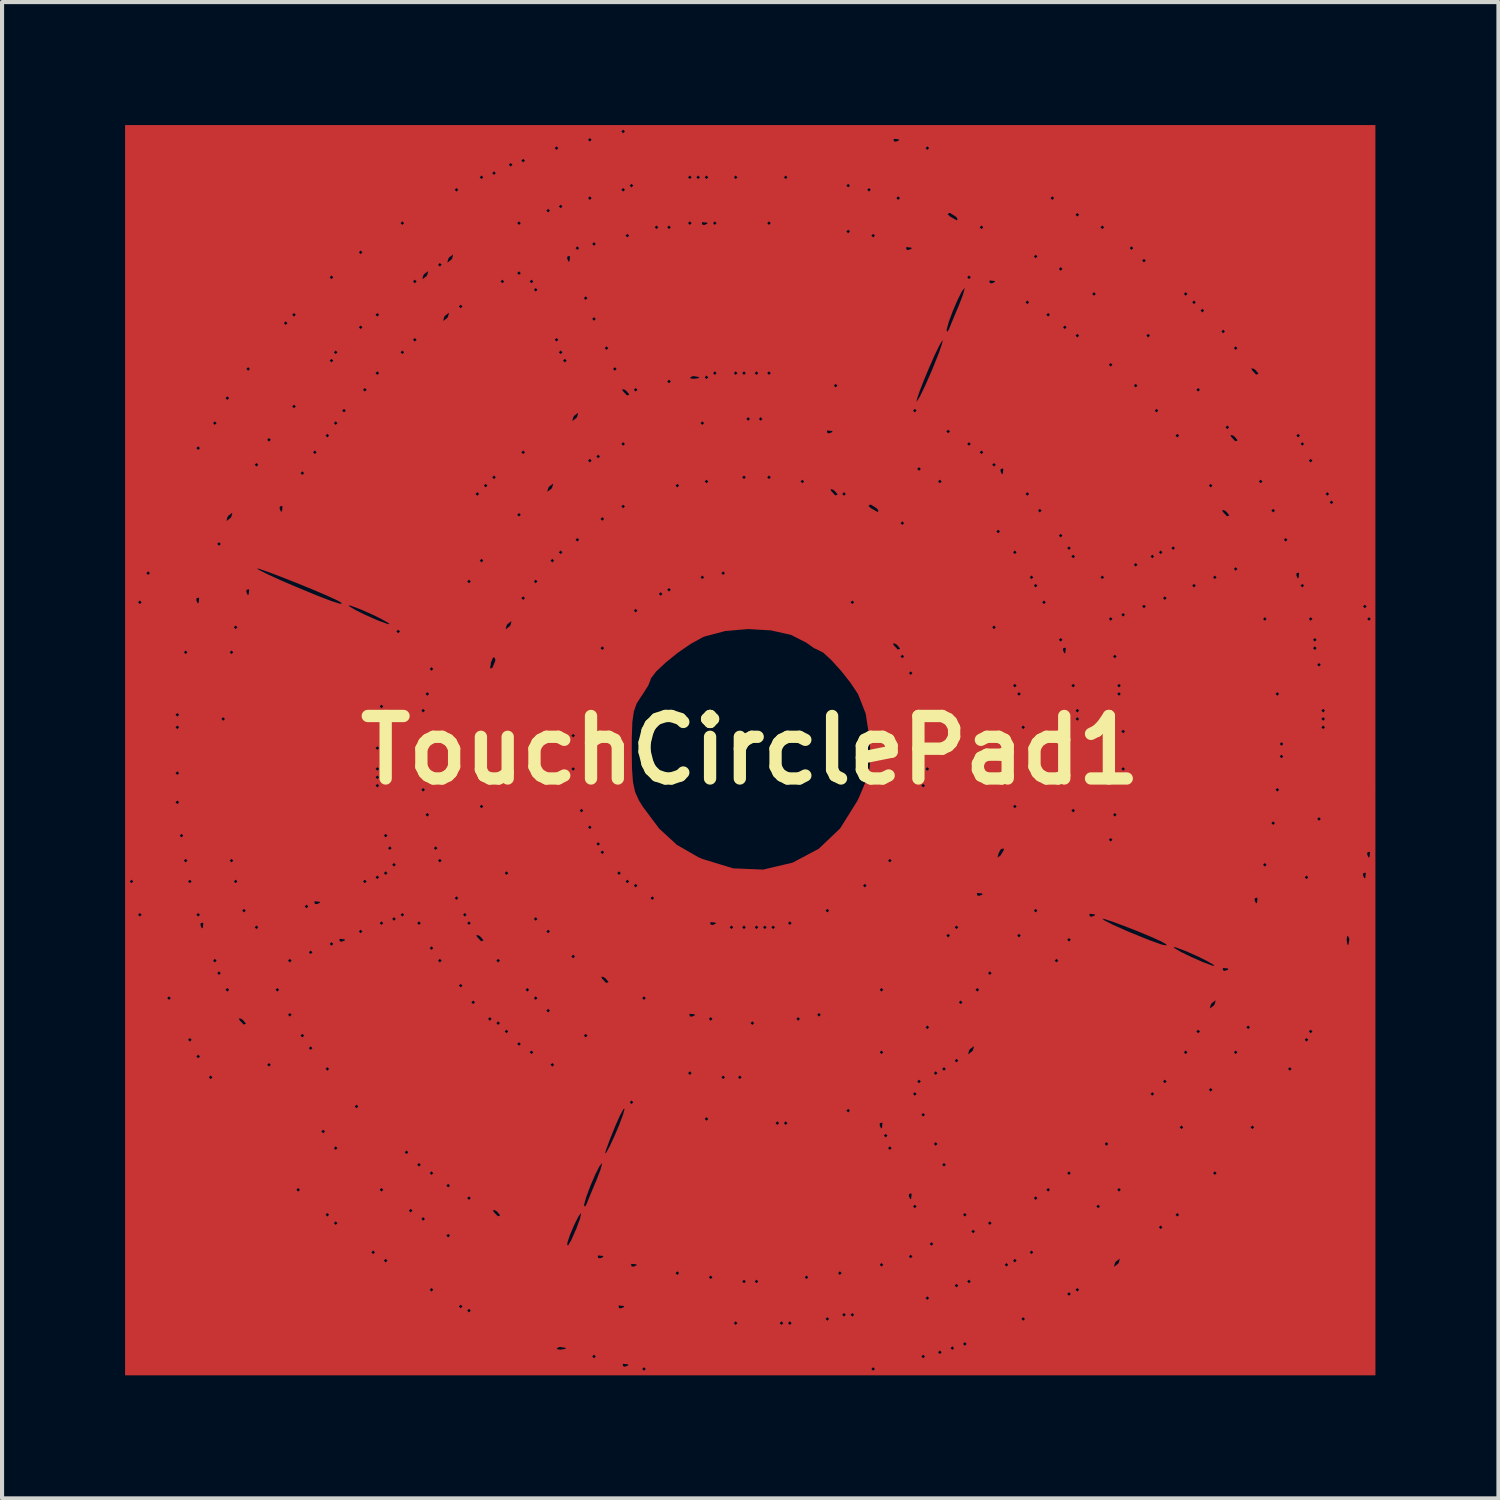
<source format=kicad_pcb>
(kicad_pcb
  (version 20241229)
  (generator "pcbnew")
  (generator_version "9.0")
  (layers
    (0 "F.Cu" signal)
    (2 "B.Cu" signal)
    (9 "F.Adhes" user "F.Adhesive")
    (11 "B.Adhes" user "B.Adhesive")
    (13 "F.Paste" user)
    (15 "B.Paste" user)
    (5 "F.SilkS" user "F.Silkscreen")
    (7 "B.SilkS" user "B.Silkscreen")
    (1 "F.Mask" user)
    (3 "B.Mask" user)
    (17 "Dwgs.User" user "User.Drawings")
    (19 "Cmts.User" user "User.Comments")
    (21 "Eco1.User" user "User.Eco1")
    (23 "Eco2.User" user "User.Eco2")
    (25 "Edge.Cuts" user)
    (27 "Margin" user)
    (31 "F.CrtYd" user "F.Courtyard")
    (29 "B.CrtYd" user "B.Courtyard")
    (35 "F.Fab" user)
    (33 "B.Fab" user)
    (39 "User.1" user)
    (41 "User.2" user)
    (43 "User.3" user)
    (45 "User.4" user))
  (footprint "TouchCirclePad1"
    (layer "F.Cu")
    (at 15.244 15.243)
    (property "Reference" "TouchCirclePad1" (at 0 0 0) (layer "F.SilkS") (effects (font (size 1.524 1.524) (thickness 0.3))))
    (attr through_hole)
    (pad "1" smd custom (at 0 0) (size 0.001 0.001) (layers "F.Cu" "F.Mask" "F.Paste") (options (anchor rect)) (primitives (gr_poly (pts (xy 15.239 -15.238) (xy 15.239 -0.000304) (xy 15.24 15.238) (xy 0.000494 15.238) (xy -15.239 15.238) (xy -15.239 15.088) (xy -2.642 15.088) (xy -2.591 15.138) (xy -2.54 15.088) (xy 2.946 15.088) (xy 2.997 15.138) (xy 3.048 15.088) (xy 2.997 15.037) (xy 2.946 15.088) (xy -2.54 15.088) (xy -2.591 15.037) (xy -2.642 15.088) (xy -15.239 15.088) (xy -15.239 14.969) (xy -3.116 14.969) (xy -3.102 15.029) (xy -3.048 15.037) (xy -2.964 15) (xy -2.98 14.969) (xy -3.101 14.957) (xy -3.116 14.969) (xy -15.239 14.969) (xy -15.239 14.783) (xy -3.861 14.783) (xy -3.81 14.834) (xy -3.759 14.783) (xy 4.166 14.783) (xy 4.216 14.834) (xy 4.267 14.783) (xy 4.216 14.732) (xy 4.166 14.783) (xy -3.759 14.783) (xy -3.81 14.732) (xy -3.861 14.783) (xy -15.239 14.783) (xy -15.239 14.681) (xy 4.572 14.681) (xy 4.623 14.732) (xy 4.674 14.681) (xy 4.623 14.63) (xy 4.572 14.681) (xy -15.239 14.681) (xy -15.239 14.606) (xy -4.731 14.606) (xy -4.631 14.622) (xy -4.499 14.604) (xy -4.498 14.58) (xy 4.877 14.58) (xy 4.928 14.63) (xy 4.978 14.58) (xy 4.928 14.529) (xy 4.877 14.58) (xy -4.498 14.58) (xy -4.498 14.569) (xy -4.634 14.545) (xy -4.693 14.561) (xy -4.731 14.606) (xy -15.239 14.606) (xy -15.239 14.478) (xy 5.182 14.478) (xy 5.232 14.529) (xy 5.283 14.478) (xy 5.232 14.427) (xy 5.182 14.478) (xy -15.239 14.478) (xy -15.239 13.97) (xy -0.406 13.97) (xy -0.356 14.021) (xy -0.305 13.97) (xy 0.711 13.97) (xy 0.762 14.021) (xy 0.813 13.97) (xy 0.914 13.97) (xy 0.965 14.021) (xy 1.016 13.97) (xy 0.965 13.919) (xy 0.914 13.97) (xy 0.813 13.97) (xy 0.762 13.919) (xy 0.711 13.97) (xy -0.305 13.97) (xy -0.356 13.919) (xy -0.406 13.97) (xy -15.239 13.97) (xy -15.239 13.868) (xy 1.829 13.868) (xy 1.88 13.919) (xy 1.93 13.868) (xy 6.604 13.868) (xy 6.655 13.919) (xy 6.706 13.868) (xy 6.655 13.818) (xy 6.604 13.868) (xy 1.93 13.868) (xy 1.88 13.818) (xy 1.829 13.868) (xy -15.239 13.868) (xy -15.239 13.767) (xy 2.235 13.767) (xy 2.286 13.818) (xy 2.337 13.767) (xy 2.438 13.767) (xy 2.489 13.818) (xy 2.54 13.767) (xy 2.489 13.716) (xy 2.438 13.767) (xy 2.337 13.767) (xy 2.286 13.716) (xy 2.235 13.767) (xy -15.239 13.767) (xy -15.239 13.665) (xy -6.909 13.665) (xy -6.858 13.716) (xy -6.807 13.665) (xy -6.858 13.614) (xy -6.909 13.665) (xy -15.239 13.665) (xy -15.239 13.564) (xy -7.112 13.564) (xy -7.061 13.614) (xy -7.01 13.564) (xy -7.027 13.547) (xy -3.217 13.547) (xy -3.203 13.607) (xy -3.15 13.614) (xy -3.066 13.577) (xy -3.082 13.547) (xy -3.202 13.535) (xy -3.217 13.547) (xy -7.027 13.547) (xy -7.061 13.513) (xy -7.112 13.564) (xy -15.239 13.564) (xy -15.239 13.36) (xy 4.267 13.36) (xy 4.318 13.411) (xy 4.369 13.36) (xy 4.318 13.31) (xy 4.267 13.36) (xy -15.239 13.36) (xy -15.239 13.259) (xy 7.722 13.259) (xy 7.772 13.31) (xy 7.823 13.259) (xy 7.772 13.208) (xy 7.722 13.259) (xy -15.239 13.259) (xy -15.239 13.157) (xy -7.823 13.157) (xy -7.772 13.208) (xy -7.722 13.157) (xy 7.925 13.157) (xy 7.976 13.208) (xy 8.026 13.157) (xy 7.976 13.106) (xy 7.925 13.157) (xy -7.722 13.157) (xy -7.772 13.106) (xy -7.823 13.157) (xy -15.239 13.157) (xy -15.239 13.056) (xy 4.978 13.056) (xy 5.029 13.106) (xy 5.08 13.056) (xy 5.029 13.005) (xy 4.978 13.056) (xy -15.239 13.056) (xy -15.239 12.954) (xy -0.203 12.954) (xy -0.152 13.005) (xy -0.102 12.954) (xy 0.102 12.954) (xy 0.152 13.005) (xy 0.203 12.954) (xy 5.283 12.954) (xy 5.334 13.005) (xy 5.385 12.954) (xy 5.334 12.903) (xy 5.283 12.954) (xy 0.203 12.954) (xy 0.152 12.903) (xy 0.102 12.954) (xy -0.102 12.954) (xy -0.152 12.903) (xy -0.203 12.954) (xy -15.239 12.954) (xy -15.239 12.852) (xy -1.016 12.852) (xy -0.965 12.903) (xy -0.914 12.852) (xy 1.321 12.852) (xy 1.372 12.903) (xy 1.422 12.852) (xy 1.372 12.802) (xy 1.321 12.852) (xy -0.914 12.852) (xy -0.965 12.802) (xy -1.016 12.852) (xy -15.239 12.852) (xy -15.239 12.751) (xy -1.829 12.751) (xy -1.778 12.802) (xy -1.727 12.751) (xy 2.134 12.751) (xy 2.184 12.802) (xy 2.235 12.751) (xy 2.184 12.7) (xy 2.134 12.751) (xy -1.727 12.751) (xy -1.778 12.7) (xy -1.829 12.751) (xy -15.239 12.751) (xy -15.239 12.531) (xy -2.913 12.531) (xy -2.899 12.591) (xy -2.845 12.598) (xy -2.761 12.561) (xy -2.768 12.548) (xy 3.15 12.548) (xy 3.2 12.598) (xy 3.251 12.548) (xy 6.198 12.548) (xy 6.248 12.598) (xy 6.255 12.592) (xy 8.864 12.592) (xy 8.878 12.598) (xy 8.971 12.527) (xy 8.992 12.497) (xy 9.017 12.402) (xy 9.004 12.395) (xy 8.911 12.467) (xy 8.89 12.497) (xy 8.864 12.592) (xy 6.255 12.592) (xy 6.299 12.548) (xy 6.248 12.497) (xy 6.198 12.548) (xy 3.251 12.548) (xy 3.2 12.497) (xy 3.15 12.548) (xy -2.768 12.548) (xy -2.777 12.531) (xy -2.898 12.519) (xy -2.913 12.531) (xy -15.239 12.531) (xy -15.239 12.446) (xy -8.941 12.446) (xy -8.89 12.497) (xy -8.839 12.446) (xy 6.401 12.446) (xy 6.452 12.497) (xy 6.502 12.446) (xy 6.452 12.395) (xy 6.401 12.446) (xy -8.839 12.446) (xy -8.89 12.395) (xy -8.941 12.446) (xy -15.239 12.446) (xy -15.239 12.327) (xy -3.725 12.327) (xy -3.711 12.388) (xy -3.658 12.395) (xy -3.574 12.358) (xy -3.581 12.344) (xy 3.861 12.344) (xy 3.912 12.395) (xy 3.962 12.344) (xy 3.912 12.294) (xy 3.861 12.344) (xy -3.581 12.344) (xy -3.59 12.327) (xy -3.71 12.315) (xy -3.725 12.327) (xy -15.239 12.327) (xy -15.239 12.243) (xy -9.246 12.243) (xy -9.195 12.294) (xy -9.144 12.243) (xy 6.807 12.243) (xy 6.858 12.294) (xy 6.909 12.243) (xy 6.858 12.192) (xy 6.807 12.243) (xy -9.144 12.243) (xy -9.195 12.192) (xy -9.246 12.243) (xy -15.239 12.243) (xy -15.239 12.053) (xy -4.47 12.053) (xy -4.443 12.091) (xy -4.413 12.04) (xy 4.369 12.04) (xy 4.42 12.09) (xy 4.47 12.04) (xy 4.42 11.989) (xy 4.369 12.04) (xy -4.413 12.04) (xy -4.358 11.946) (xy -4.266 11.735) (xy 5.385 11.735) (xy 5.436 11.786) (xy 5.486 11.735) (xy 5.436 11.684) (xy 5.385 11.735) (xy -4.266 11.735) (xy -4.232 11.659) (xy -4.223 11.633) (xy 9.957 11.633) (xy 10.008 11.684) (xy 10.058 11.633) (xy 10.008 11.582) (xy 9.957 11.633) (xy -4.223 11.633) (xy -4.186 11.532) (xy 5.791 11.532) (xy 5.842 11.582) (xy 5.893 11.532) (xy 5.842 11.481) (xy 5.791 11.532) (xy -4.186 11.532) (xy -4.145 11.422) (xy -4.126 11.328) (xy 5.182 11.328) (xy 5.232 11.379) (xy 5.283 11.328) (xy 10.363 11.328) (xy 10.414 11.379) (xy 10.465 11.328) (xy 10.414 11.278) (xy 10.363 11.328) (xy 5.283 11.328) (xy 5.232 11.278) (xy 5.182 11.328) (xy -4.126 11.328) (xy -4.118 11.289) (xy -4.125 11.278) (xy -4.19 11.36) (xy -4.29 11.558) (xy -4.391 11.793) (xy -4.459 11.99) (xy -4.47 12.053) (xy -15.239 12.053) (xy -15.239 11.836) (xy -7.417 11.836) (xy -7.366 11.887) (xy -7.315 11.836) (xy -7.366 11.786) (xy -7.417 11.836) (xy -15.239 11.836) (xy -15.239 11.532) (xy -10.16 11.532) (xy -10.109 11.582) (xy -10.058 11.532) (xy -10.109 11.481) (xy -10.16 11.532) (xy -15.239 11.532) (xy -15.239 11.43) (xy -8.026 11.43) (xy -7.976 11.481) (xy -7.925 11.43) (xy -7.976 11.379) (xy -8.026 11.43) (xy -15.239 11.43) (xy -15.239 11.328) (xy -10.363 11.328) (xy -10.312 11.379) (xy -10.262 11.328) (xy -10.312 11.278) (xy -10.363 11.328) (xy -15.239 11.328) (xy -15.239 11.227) (xy -8.331 11.227) (xy -8.28 11.278) (xy -8.23 11.227) (xy -8.251 11.205) (xy -6.283 11.205) (xy -6.258 11.262) (xy -6.156 11.371) (xy -6.097 11.349) (xy -6.096 11.334) (xy -6.168 11.248) (xy -6.213 11.217) (xy -6.283 11.205) (xy -8.251 11.205) (xy -8.28 11.176) (xy -8.331 11.227) (xy -15.239 11.227) (xy -15.239 11.108) (xy -4.056 11.108) (xy -4.023 11.138) (xy -4.016 11.125) (xy 3.962 11.125) (xy 4.013 11.176) (xy 4.064 11.125) (xy 8.433 11.125) (xy 8.484 11.176) (xy 8.534 11.125) (xy 8.484 11.074) (xy 8.433 11.125) (xy 4.064 11.125) (xy 4.013 11.074) (xy 3.962 11.125) (xy -4.016 11.125) (xy -3.989 11.074) (xy -3.915 10.891) (xy -3.907 10.871) (xy 3.861 10.871) (xy 3.898 10.955) (xy 3.929 10.939) (xy 3.93 10.922) (xy 6.909 10.922) (xy 6.96 10.973) (xy 7.01 10.922) (xy 6.96 10.871) (xy 6.909 10.922) (xy 3.93 10.922) (xy 3.941 10.818) (xy 3.929 10.803) (xy 3.868 10.817) (xy 3.861 10.871) (xy -3.907 10.871) (xy -3.843 10.719) (xy 7.214 10.719) (xy 7.264 10.77) (xy 7.315 10.719) (xy 8.941 10.719) (xy 8.992 10.77) (xy 9.042 10.719) (xy 8.992 10.668) (xy 8.941 10.719) (xy 7.315 10.719) (xy 7.264 10.668) (xy 7.214 10.719) (xy -3.843 10.719) (xy -3.798 10.61) (xy -3.747 10.49) (xy -3.678 10.312) (xy 7.722 10.312) (xy 7.772 10.363) (xy 7.823 10.312) (xy 11.278 10.312) (xy 11.328 10.363) (xy 11.379 10.312) (xy 11.328 10.262) (xy 11.278 10.312) (xy 7.823 10.312) (xy 7.772 10.262) (xy 7.722 10.312) (xy -3.678 10.312) (xy -3.649 10.236) (xy -3.615 10.109) (xy 4.674 10.109) (xy 4.724 10.16) (xy 4.775 10.109) (xy 4.724 10.058) (xy 4.674 10.109) (xy -3.615 10.109) (xy -3.607 10.081) (xy -3.614 10.058) (xy -3.682 10.143) (xy -3.788 10.354) (xy -3.904 10.624) (xy -4.002 10.886) (xy -4.054 11.075) (xy -4.056 11.108) (xy -15.239 11.108) (xy -15.239 10.922) (xy -6.909 10.922) (xy -6.858 10.973) (xy -6.807 10.922) (xy -6.858 10.871) (xy -6.909 10.922) (xy -15.239 10.922) (xy -15.239 10.719) (xy -11.074 10.719) (xy -11.024 10.77) (xy -10.973 10.719) (xy -9.042 10.719) (xy -8.992 10.77) (xy -8.941 10.719) (xy -8.992 10.668) (xy -9.042 10.719) (xy -10.973 10.719) (xy -11.024 10.668) (xy -11.074 10.719) (xy -15.239 10.719) (xy -15.239 10.617) (xy -7.417 10.617) (xy -7.366 10.668) (xy -7.315 10.617) (xy -7.366 10.566) (xy -7.417 10.617) (xy -15.239 10.617) (xy -15.239 10.312) (xy -7.823 10.312) (xy -7.772 10.363) (xy -7.722 10.312) (xy -7.772 10.262) (xy -7.823 10.312) (xy -15.239 10.312) (xy -15.239 10.109) (xy -8.128 10.109) (xy -8.077 10.16) (xy -8.026 10.109) (xy -8.077 10.058) (xy -8.128 10.109) (xy -15.239 10.109) (xy -15.239 9.804) (xy -8.433 9.804) (xy -8.382 9.855) (xy -8.374 9.847) (xy -3.548 9.847) (xy -3.507 9.816) (xy -3.446 9.703) (xy 3.353 9.703) (xy 3.404 9.754) (xy 3.454 9.703) (xy 3.404 9.652) (xy 3.353 9.703) (xy -3.446 9.703) (xy -3.418 9.651) (xy -3.395 9.601) (xy 4.47 9.601) (xy 4.521 9.652) (xy 4.572 9.601) (xy 8.636 9.601) (xy 8.687 9.652) (xy 8.738 9.601) (xy 8.687 9.55) (xy 8.636 9.601) (xy 4.572 9.601) (xy 4.521 9.55) (xy 4.47 9.601) (xy -3.395 9.601) (xy -3.304 9.406) (xy -3.301 9.398) (xy 3.251 9.398) (xy 3.302 9.449) (xy 3.353 9.398) (xy 3.302 9.347) (xy 3.251 9.398) (xy -3.301 9.398) (xy -3.19 9.137) (xy -3.174 9.093) (xy 0.61 9.093) (xy 0.66 9.144) (xy 0.711 9.093) (xy 0.813 9.093) (xy 0.864 9.144) (xy 3.15 9.144) (xy 3.187 9.228) (xy 3.217 9.212) (xy 3.219 9.195) (xy 10.465 9.195) (xy 10.516 9.246) (xy 10.566 9.195) (xy 12.192 9.195) (xy 12.243 9.246) (xy 12.294 9.195) (xy 12.243 9.144) (xy 12.192 9.195) (xy 10.566 9.195) (xy 10.516 9.144) (xy 10.465 9.195) (xy 3.219 9.195) (xy 3.229 9.091) (xy 3.217 9.076) (xy 3.157 9.09) (xy 3.15 9.144) (xy 0.864 9.144) (xy 0.914 9.093) (xy 0.864 9.042) (xy 0.813 9.093) (xy 0.711 9.093) (xy 0.66 9.042) (xy 0.61 9.093) (xy -3.174 9.093) (xy -3.136 8.992) (xy -1.118 8.992) (xy -1.067 9.042) (xy -1.016 8.992) (xy -1.067 8.941) (xy -1.118 8.992) (xy -3.136 8.992) (xy -3.101 8.899) (xy -3.098 8.89) (xy 4.166 8.89) (xy 4.216 8.941) (xy 4.267 8.89) (xy 4.216 8.839) (xy 4.166 8.89) (xy -3.098 8.89) (xy -3.07 8.788) (xy 2.337 8.788) (xy 2.388 8.839) (xy 2.438 8.788) (xy 2.388 8.738) (xy 2.337 8.788) (xy -3.07 8.788) (xy -3.059 8.747) (xy -3.059 8.738) (xy -3.092 8.743) (xy -3.18 8.903) (xy -3.305 9.183) (xy -3.306 9.187) (xy -3.434 9.506) (xy -3.521 9.745) (xy -3.548 9.847) (xy -8.374 9.847) (xy -8.331 9.804) (xy -8.382 9.754) (xy -8.433 9.804) (xy -15.239 9.804) (xy -15.239 9.703) (xy -10.16 9.703) (xy -10.109 9.754) (xy -10.058 9.703) (xy -10.109 9.652) (xy -10.16 9.703) (xy -15.239 9.703) (xy -15.239 9.296) (xy -10.465 9.296) (xy -10.414 9.347) (xy -10.363 9.296) (xy -10.414 9.246) (xy -10.465 9.296) (xy -15.239 9.296) (xy -15.239 8.687) (xy -9.652 8.687) (xy -9.601 8.738) (xy -9.55 8.687) (xy -9.601 8.636) (xy -9.652 8.687) (xy -15.239 8.687) (xy -15.239 8.585) (xy -2.946 8.585) (xy -2.896 8.636) (xy -2.845 8.585) (xy -2.896 8.534) (xy -2.946 8.585) (xy -15.239 8.585) (xy -15.239 8.382) (xy 3.962 8.382) (xy 4.013 8.433) (xy 4.064 8.382) (xy 9.754 8.382) (xy 9.804 8.433) (xy 9.855 8.382) (xy 9.804 8.331) (xy 9.754 8.382) (xy 4.064 8.382) (xy 4.013 8.331) (xy 3.962 8.382) (xy -15.239 8.382) (xy -15.239 8.28) (xy 11.176 8.28) (xy 11.227 8.331) (xy 11.278 8.28) (xy 11.227 8.23) (xy 11.176 8.28) (xy -15.239 8.28) (xy -15.239 8.077) (xy 4.064 8.077) (xy 4.115 8.128) (xy 4.166 8.077) (xy 10.058 8.077) (xy 10.109 8.128) (xy 10.16 8.077) (xy 10.109 8.026) (xy 10.058 8.077) (xy 4.166 8.077) (xy 4.115 8.026) (xy 4.064 8.077) (xy -15.239 8.077) (xy -15.239 7.976) (xy -13.208 7.976) (xy -13.157 8.026) (xy -13.106 7.976) (xy -0.711 7.976) (xy -0.66 8.026) (xy -0.61 7.976) (xy -0.305 7.976) (xy -0.254 8.026) (xy -0.203 7.976) (xy -0.254 7.925) (xy -0.305 7.976) (xy -0.61 7.976) (xy -0.66 7.925) (xy -0.711 7.976) (xy -13.106 7.976) (xy -13.157 7.925) (xy -13.208 7.976) (xy -15.239 7.976) (xy -15.239 7.874) (xy -1.524 7.874) (xy -1.473 7.925) (xy -1.422 7.874) (xy 4.47 7.874) (xy 4.521 7.925) (xy 4.572 7.874) (xy 4.521 7.823) (xy 4.47 7.874) (xy -1.422 7.874) (xy -1.473 7.823) (xy -1.524 7.874) (xy -15.239 7.874) (xy -15.239 7.772) (xy -10.363 7.772) (xy -10.312 7.823) (xy -10.262 7.772) (xy 4.674 7.772) (xy 4.724 7.823) (xy 4.775 7.772) (xy 13.106 7.772) (xy 13.157 7.823) (xy 13.208 7.772) (xy 13.157 7.722) (xy 13.106 7.772) (xy 4.775 7.772) (xy 4.724 7.722) (xy 4.674 7.772) (xy -10.262 7.772) (xy -10.312 7.722) (xy -10.363 7.772) (xy -15.239 7.772) (xy -15.239 7.671) (xy -11.786 7.671) (xy -11.735 7.722) (xy -11.684 7.671) (xy -4.877 7.671) (xy -4.826 7.722) (xy -4.775 7.671) (xy -4.826 7.62) (xy -4.877 7.671) (xy -11.684 7.671) (xy -11.735 7.62) (xy -11.786 7.671) (xy -15.239 7.671) (xy -15.239 7.569) (xy 4.978 7.569) (xy 5.029 7.62) (xy 5.08 7.569) (xy 5.029 7.518) (xy 4.978 7.569) (xy -15.239 7.569) (xy -15.239 7.468) (xy -13.513 7.468) (xy -13.462 7.518) (xy -13.411 7.468) (xy -13.462 7.417) (xy -13.513 7.468) (xy -15.239 7.468) (xy -15.239 7.366) (xy -5.385 7.366) (xy -5.334 7.417) (xy -5.283 7.366) (xy 3.15 7.366) (xy 3.2 7.417) (xy 3.207 7.41) (xy 5.308 7.41) (xy 5.322 7.417) (xy 5.388 7.366) (xy 10.566 7.366) (xy 10.617 7.417) (xy 10.668 7.366) (xy 11.786 7.366) (xy 11.836 7.417) (xy 11.887 7.366) (xy 11.836 7.315) (xy 11.786 7.366) (xy 10.668 7.366) (xy 10.617 7.315) (xy 10.566 7.366) (xy 5.388 7.366) (xy 5.415 7.345) (xy 5.436 7.315) (xy 5.461 7.22) (xy 5.448 7.214) (xy 5.355 7.285) (xy 5.334 7.315) (xy 5.308 7.41) (xy 3.207 7.41) (xy 3.251 7.366) (xy 3.2 7.315) (xy 3.15 7.366) (xy -5.283 7.366) (xy -5.334 7.315) (xy -5.385 7.366) (xy -15.239 7.366) (xy -15.239 7.264) (xy -10.77 7.264) (xy -10.719 7.315) (xy -10.668 7.264) (xy -10.719 7.214) (xy -10.77 7.264) (xy -15.239 7.264) (xy -15.239 7.163) (xy -5.69 7.163) (xy -5.639 7.214) (xy -5.588 7.163) (xy -5.639 7.112) (xy -5.69 7.163) (xy -15.239 7.163) (xy -15.239 7.061) (xy -13.716 7.061) (xy -13.665 7.112) (xy -13.614 7.061) (xy 13.513 7.061) (xy 13.564 7.112) (xy 13.614 7.061) (xy 13.564 7.01) (xy 13.513 7.061) (xy -13.614 7.061) (xy -13.665 7.01) (xy -13.716 7.061) (xy -15.239 7.061) (xy -15.239 6.96) (xy -10.973 6.96) (xy -10.922 7.01) (xy -10.871 6.96) (xy -4.064 6.96) (xy -4.013 7.01) (xy -3.962 6.96) (xy -4.013 6.909) (xy -4.064 6.96) (xy -10.871 6.96) (xy -10.922 6.909) (xy -10.973 6.96) (xy -15.239 6.96) (xy -15.239 6.858) (xy -5.994 6.858) (xy -5.944 6.909) (xy -5.893 6.858) (xy 10.871 6.858) (xy 10.922 6.909) (xy 10.973 6.858) (xy 13.614 6.858) (xy 13.665 6.909) (xy 13.716 6.858) (xy 13.665 6.807) (xy 13.614 6.858) (xy 10.973 6.858) (xy 10.922 6.807) (xy 10.871 6.858) (xy -5.893 6.858) (xy -5.944 6.807) (xy -5.994 6.858) (xy -15.239 6.858) (xy -15.239 6.756) (xy 4.267 6.756) (xy 4.318 6.807) (xy 4.369 6.756) (xy 12.09 6.756) (xy 12.141 6.807) (xy 12.192 6.756) (xy 12.141 6.706) (xy 12.09 6.756) (xy 4.369 6.756) (xy 4.318 6.706) (xy 4.267 6.756) (xy -15.239 6.756) (xy -15.239 6.532) (xy -12.48 6.532) (xy -12.456 6.588) (xy -12.353 6.697) (xy -12.295 6.675) (xy -12.294 6.661) (xy -12.299 6.655) (xy -6.198 6.655) (xy -6.147 6.706) (xy -6.096 6.655) (xy 0 6.655) (xy 0.051 6.706) (xy 0.102 6.655) (xy 0.051 6.604) (xy 0 6.655) (xy -6.096 6.655) (xy -6.147 6.604) (xy -6.198 6.655) (xy -12.299 6.655) (xy -12.366 6.575) (xy -12.397 6.553) (xy -6.401 6.553) (xy -6.35 6.604) (xy -6.299 6.553) (xy -1.016 6.553) (xy -0.965 6.604) (xy -0.914 6.553) (xy 1.118 6.553) (xy 1.168 6.604) (xy 1.219 6.553) (xy 1.168 6.502) (xy 1.118 6.553) (xy -0.914 6.553) (xy -0.965 6.502) (xy -1.016 6.553) (xy -6.299 6.553) (xy -6.35 6.502) (xy -6.401 6.553) (xy -12.397 6.553) (xy -12.411 6.543) (xy -12.48 6.532) (xy -15.239 6.532) (xy -15.239 6.452) (xy -11.278 6.452) (xy -11.227 6.502) (xy -11.176 6.452) (xy -11.193 6.435) (xy -1.49 6.435) (xy -1.476 6.495) (xy -1.422 6.502) (xy -1.339 6.465) (xy -1.346 6.452) (xy 1.626 6.452) (xy 1.676 6.502) (xy 1.727 6.452) (xy 1.676 6.401) (xy 1.626 6.452) (xy -1.346 6.452) (xy -1.355 6.435) (xy -1.475 6.423) (xy -1.49 6.435) (xy -11.193 6.435) (xy -11.227 6.401) (xy -11.278 6.452) (xy -15.239 6.452) (xy -15.239 6.35) (xy -4.978 6.35) (xy -4.928 6.401) (xy -4.877 6.35) (xy -4.928 6.299) (xy -4.978 6.35) (xy -15.239 6.35) (xy -15.239 6.293) (xy 11.201 6.293) (xy 11.215 6.299) (xy 11.308 6.228) (xy 11.328 6.198) (xy 11.354 6.103) (xy 11.34 6.096) (xy 11.248 6.168) (xy 11.227 6.198) (xy 11.201 6.293) (xy -15.239 6.293) (xy -15.239 6.147) (xy -6.807 6.147) (xy -6.756 6.198) (xy -6.706 6.147) (xy 5.08 6.147) (xy 5.131 6.198) (xy 5.182 6.147) (xy 5.131 6.096) (xy 5.08 6.147) (xy -6.706 6.147) (xy -6.756 6.096) (xy -6.807 6.147) (xy -15.239 6.147) (xy -15.239 6.045) (xy -14.224 6.045) (xy -14.173 6.096) (xy -14.122 6.045) (xy -5.283 6.045) (xy -5.232 6.096) (xy -5.182 6.045) (xy -2.642 6.045) (xy -2.591 6.096) (xy -2.54 6.045) (xy -2.591 5.994) (xy -2.642 6.045) (xy -5.182 6.045) (xy -5.232 5.994) (xy -5.283 6.045) (xy -14.122 6.045) (xy -14.173 5.994) (xy -14.224 6.045) (xy -15.239 6.045) (xy -15.239 5.842) (xy -12.802 5.842) (xy -12.751 5.893) (xy -12.7 5.842) (xy -11.582 5.842) (xy -11.532 5.893) (xy -11.481 5.842) (xy -5.486 5.842) (xy -5.436 5.893) (xy -5.385 5.842) (xy 3.15 5.842) (xy 3.2 5.893) (xy 3.251 5.842) (xy 5.486 5.842) (xy 5.537 5.893) (xy 5.588 5.842) (xy 5.537 5.791) (xy 5.486 5.842) (xy 3.251 5.842) (xy 3.2 5.791) (xy 3.15 5.842) (xy -5.385 5.842) (xy -5.436 5.791) (xy -5.486 5.842) (xy -11.481 5.842) (xy -11.532 5.791) (xy -11.582 5.842) (xy -12.7 5.842) (xy -12.751 5.791) (xy -12.802 5.842) (xy -15.239 5.842) (xy -15.239 5.74) (xy -7.112 5.74) (xy -7.061 5.791) (xy -7.01 5.74) (xy -7.061 5.69) (xy -7.112 5.74) (xy -15.239 5.74) (xy -15.239 5.516) (xy -3.641 5.516) (xy -3.617 5.572) (xy -3.514 5.681) (xy -3.455 5.659) (xy -3.454 5.645) (xy -3.527 5.559) (xy -3.572 5.527) (xy -3.641 5.516) (xy -15.239 5.516) (xy -15.239 5.436) (xy -13.005 5.436) (xy -12.954 5.486) (xy -12.903 5.436) (xy 5.791 5.436) (xy 5.842 5.486) (xy 5.893 5.436) (xy 5.842 5.385) (xy 5.791 5.436) (xy -12.903 5.436) (xy -12.954 5.385) (xy -13.005 5.436) (xy -15.239 5.436) (xy -15.239 5.317) (xy 11.515 5.317) (xy 11.529 5.377) (xy 11.582 5.385) (xy 11.666 5.348) (xy 11.65 5.317) (xy 11.53 5.305) (xy 11.515 5.317) (xy -15.239 5.317) (xy -15.239 5.131) (xy -13.106 5.131) (xy -13.056 5.182) (xy -13.005 5.131) (xy -11.278 5.131) (xy -11.227 5.182) (xy -11.176 5.131) (xy -7.62 5.131) (xy -7.569 5.182) (xy -7.518 5.131) (xy -6.198 5.131) (xy -6.147 5.182) (xy -6.096 5.131) (xy 7.417 5.131) (xy 7.468 5.182) (xy 7.518 5.131) (xy 7.468 5.08) (xy 7.417 5.131) (xy -6.096 5.131) (xy -6.147 5.08) (xy -6.198 5.131) (xy -7.518 5.131) (xy -7.569 5.08) (xy -7.62 5.131) (xy -11.176 5.131) (xy -11.227 5.08) (xy -11.278 5.131) (xy -13.005 5.131) (xy -13.056 5.08) (xy -13.106 5.131) (xy -15.239 5.131) (xy -15.239 5.029) (xy -4.369 5.029) (xy -4.318 5.08) (xy -4.267 5.029) (xy -4.318 4.978) (xy -4.369 5.029) (xy -15.239 5.029) (xy -15.239 4.928) (xy -10.77 4.928) (xy -10.719 4.978) (xy -10.668 4.928) (xy -10.719 4.877) (xy -10.77 4.928) (xy -15.239 4.928) (xy -15.239 4.826) (xy -7.823 4.826) (xy -7.772 4.877) (xy -7.722 4.826) (xy -7.758 4.79) (xy 10.312 4.79) (xy 10.338 4.829) (xy 10.509 4.928) (xy 10.719 5.031) (xy 11.018 5.164) (xy 11.247 5.25) (xy 11.328 5.269) (xy 11.303 5.229) (xy 11.131 5.131) (xy 10.922 5.027) (xy 10.623 4.894) (xy 10.394 4.809) (xy 10.312 4.79) (xy -7.758 4.79) (xy -7.772 4.775) (xy -7.823 4.826) (xy -15.239 4.826) (xy -15.239 4.724) (xy -10.262 4.724) (xy -10.211 4.775) (xy -10.16 4.724) (xy -10.211 4.674) (xy -10.262 4.724) (xy -15.239 4.724) (xy -15.239 4.606) (xy -10.025 4.606) (xy -10.011 4.666) (xy -9.957 4.674) (xy -9.873 4.636) (xy -9.889 4.606) (xy -10.01 4.594) (xy -10.025 4.606) (xy -15.239 4.606) (xy -15.239 4.5) (xy -6.689 4.5) (xy -6.665 4.556) (xy -6.562 4.665) (xy -6.503 4.643) (xy -6.502 4.629) (xy -6.507 4.623) (xy 7.722 4.623) (xy 7.772 4.674) (xy 7.823 4.623) (xy 7.772 4.572) (xy 7.722 4.623) (xy -6.507 4.623) (xy -6.575 4.543) (xy -6.606 4.521) (xy 4.775 4.521) (xy 4.826 4.572) (xy 4.877 4.521) (xy 6.502 4.521) (xy 6.553 4.572) (xy 6.604 4.521) (xy 6.553 4.47) (xy 6.502 4.521) (xy 4.877 4.521) (xy 4.826 4.47) (xy 4.775 4.521) (xy -6.606 4.521) (xy -6.62 4.511) (xy -6.689 4.5) (xy -15.239 4.5) (xy -15.239 4.42) (xy -9.55 4.42) (xy -9.5 4.47) (xy -9.449 4.42) (xy -4.978 4.42) (xy -4.928 4.47) (xy -4.877 4.42) (xy -4.928 4.369) (xy -4.978 4.42) (xy -9.449 4.42) (xy -9.5 4.369) (xy -9.55 4.42) (xy -15.239 4.42) (xy -15.239 4.267) (xy -13.411 4.267) (xy -13.374 4.351) (xy -13.343 4.335) (xy -13.342 4.318) (xy -12.09 4.318) (xy -12.04 4.369) (xy -11.989 4.318) (xy -0.508 4.318) (xy -0.457 4.369) (xy -0.406 4.318) (xy -0.203 4.318) (xy -0.152 4.369) (xy -0.102 4.318) (xy 0.102 4.318) (xy 0.152 4.369) (xy 0.203 4.318) (xy 0.305 4.318) (xy 0.356 4.369) (xy 0.406 4.318) (xy 0.508 4.318) (xy 0.559 4.369) (xy 0.61 4.318) (xy 4.978 4.318) (xy 5.029 4.369) (xy 5.08 4.318) (xy 5.029 4.267) (xy 4.978 4.318) (xy 0.61 4.318) (xy 0.559 4.267) (xy 0.508 4.318) (xy 0.406 4.318) (xy 0.356 4.267) (xy 0.305 4.318) (xy 0.203 4.318) (xy 0.152 4.267) (xy 0.102 4.318) (xy -0.102 4.318) (xy -0.152 4.267) (xy -0.203 4.318) (xy -0.406 4.318) (xy -0.457 4.267) (xy -0.508 4.318) (xy -11.989 4.318) (xy -12.04 4.267) (xy -12.09 4.318) (xy -13.342 4.318) (xy -13.332 4.216) (xy -9.042 4.216) (xy -8.992 4.267) (xy -8.941 4.216) (xy -8.128 4.216) (xy -8.077 4.267) (xy -8.026 4.216) (xy -6.909 4.216) (xy -6.858 4.267) (xy -6.807 4.216) (xy -6.824 4.199) (xy -0.982 4.199) (xy -0.968 4.26) (xy -0.914 4.267) (xy -0.831 4.23) (xy -0.838 4.216) (xy 0.914 4.216) (xy 0.965 4.267) (xy 1.016 4.216) (xy 0.965 4.166) (xy 0.914 4.216) (xy -0.838 4.216) (xy -0.847 4.199) (xy -0.967 4.187) (xy -0.982 4.199) (xy -6.824 4.199) (xy -6.858 4.166) (xy -6.909 4.216) (xy -8.026 4.216) (xy -8.077 4.166) (xy -8.128 4.216) (xy -8.941 4.216) (xy -8.992 4.166) (xy -9.042 4.216) (xy -13.332 4.216) (xy -13.331 4.214) (xy -13.343 4.199) (xy -13.404 4.213) (xy -13.411 4.267) (xy -15.239 4.267) (xy -15.239 4.115) (xy -8.738 4.115) (xy -8.687 4.166) (xy -8.636 4.115) (xy -5.283 4.115) (xy -5.232 4.166) (xy -5.182 4.115) (xy -5.196 4.101) (xy 8.566 4.101) (xy 8.633 4.154) (xy 8.848 4.263) (xy 9.167 4.406) (xy 9.267 4.448) (xy 9.74 4.64) (xy 10.036 4.746) (xy 10.161 4.767) (xy 10.145 4.726) (xy 10.024 4.658) (xy 9.927 4.614) (xy 14.537 4.614) (xy 14.556 4.746) (xy 14.59 4.748) (xy 14.614 4.612) (xy 14.598 4.553) (xy 14.553 4.514) (xy 14.537 4.614) (xy 9.927 4.614) (xy 9.778 4.547) (xy 9.461 4.415) (xy 9.127 4.284) (xy 8.831 4.175) (xy 8.626 4.109) (xy 8.566 4.101) (xy -5.196 4.101) (xy -5.232 4.064) (xy -5.283 4.115) (xy -8.636 4.115) (xy -8.687 4.064) (xy -8.738 4.115) (xy -15.239 4.115) (xy -15.239 4.013) (xy -14.935 4.013) (xy -14.884 4.064) (xy -14.834 4.013) (xy -13.513 4.013) (xy -13.462 4.064) (xy -13.411 4.013) (xy -8.534 4.013) (xy -8.484 4.064) (xy -8.433 4.013) (xy -7.01 4.013) (xy -6.96 4.064) (xy -6.909 4.013) (xy -6.926 3.996) (xy 8.263 3.996) (xy 8.277 4.057) (xy 8.331 4.064) (xy 8.415 4.027) (xy 8.399 3.996) (xy 8.278 3.984) (xy 8.263 3.996) (xy -6.926 3.996) (xy -6.96 3.962) (xy -7.01 4.013) (xy -8.433 4.013) (xy -8.484 3.962) (xy -8.534 4.013) (xy -13.411 4.013) (xy -13.462 3.962) (xy -13.513 4.013) (xy -14.834 4.013) (xy -14.884 3.962) (xy -14.935 4.013) (xy -15.239 4.013) (xy -15.239 3.912) (xy -12.395 3.912) (xy -12.344 3.962) (xy -12.294 3.912) (xy 1.829 3.912) (xy 1.88 3.962) (xy 1.93 3.912) (xy 6.909 3.912) (xy 6.96 3.962) (xy 7.01 3.912) (xy 6.96 3.861) (xy 6.909 3.912) (xy 1.93 3.912) (xy 1.88 3.861) (xy 1.829 3.912) (xy -12.294 3.912) (xy -12.344 3.861) (xy -12.395 3.912) (xy -15.239 3.912) (xy -15.239 3.81) (xy -10.871 3.81) (xy -10.82 3.861) (xy -10.77 3.81) (xy -10.82 3.759) (xy -10.871 3.81) (xy -15.239 3.81) (xy -15.239 3.691) (xy -10.634 3.691) (xy -10.62 3.752) (xy -10.566 3.759) (xy -10.483 3.722) (xy -10.499 3.691) (xy -10.619 3.679) (xy -10.634 3.691) (xy -15.239 3.691) (xy -15.239 3.607) (xy -7.214 3.607) (xy -7.163 3.658) (xy -7.112 3.607) (xy -2.438 3.607) (xy -2.388 3.658) (xy 12.294 3.658) (xy 12.331 3.741) (xy 12.361 3.725) (xy 12.373 3.605) (xy 12.361 3.59) (xy 12.301 3.604) (xy 12.294 3.658) (xy -2.388 3.658) (xy -2.337 3.607) (xy -2.388 3.556) (xy -2.438 3.607) (xy -7.112 3.607) (xy -7.163 3.556) (xy -7.214 3.607) (xy -15.239 3.607) (xy -15.239 3.488) (xy 5.52 3.488) (xy 5.534 3.549) (xy 5.588 3.556) (xy 5.672 3.519) (xy 5.656 3.488) (xy 5.535 3.476) (xy 5.52 3.488) (xy -15.239 3.488) (xy -15.239 3.302) (xy -2.845 3.302) (xy -2.794 3.353) (xy -2.743 3.302) (xy 2.743 3.302) (xy 2.794 3.353) (xy 2.845 3.302) (xy 2.794 3.251) (xy 2.743 3.302) (xy -2.743 3.302) (xy -2.794 3.251) (xy -2.845 3.302) (xy -15.239 3.302) (xy -15.239 3.2) (xy -15.138 3.2) (xy -15.088 3.251) (xy -15.037 3.2) (xy -13.716 3.2) (xy -13.665 3.251) (xy -13.614 3.2) (xy -12.598 3.2) (xy -12.548 3.251) (xy -12.497 3.2) (xy -9.449 3.2) (xy -9.398 3.251) (xy -9.347 3.2) (xy -3.048 3.2) (xy -2.997 3.251) (xy -2.946 3.2) (xy -2.997 3.15) (xy -3.048 3.2) (xy -9.347 3.2) (xy -9.398 3.15) (xy -9.449 3.2) (xy -12.497 3.2) (xy -12.548 3.15) (xy -12.598 3.2) (xy -13.614 3.2) (xy -13.665 3.15) (xy -13.716 3.2) (xy -15.037 3.2) (xy -15.088 3.15) (xy -15.138 3.2) (xy -15.239 3.2) (xy -15.239 3.099) (xy -9.144 3.099) (xy -9.093 3.15) (xy -9.042 3.099) (xy 13.513 3.099) (xy 13.564 3.15) (xy 13.614 3.099) (xy 13.564 3.048) (xy 14.935 3.048) (xy 14.972 3.132) (xy 15.003 3.116) (xy 15.015 2.995) (xy 15.003 2.98) (xy 14.943 2.994) (xy 14.935 3.048) (xy 13.564 3.048) (xy 13.513 3.099) (xy -9.042 3.099) (xy -9.093 3.048) (xy -9.144 3.099) (xy -15.239 3.099) (xy -15.239 2.997) (xy -8.941 2.997) (xy -8.89 3.048) (xy -8.839 2.997) (xy -5.994 2.997) (xy -5.944 3.048) (xy -5.893 2.997) (xy -3.251 2.997) (xy -3.2 3.048) (xy -3.15 2.997) (xy -3.2 2.946) (xy -3.251 2.997) (xy -5.893 2.997) (xy -5.944 2.946) (xy -5.994 2.997) (xy -8.839 2.997) (xy -8.89 2.946) (xy -8.941 2.997) (xy -15.239 2.997) (xy -15.239 2.794) (xy -8.738 2.794) (xy -8.687 2.845) (xy -8.636 2.794) (xy -8.687 2.743) (xy -8.738 2.794) (xy -15.239 2.794) (xy -15.239 2.692) (xy -13.818 2.692) (xy -13.767 2.743) (xy -13.716 2.692) (xy -12.7 2.692) (xy -12.649 2.743) (xy -12.598 2.692) (xy -7.62 2.692) (xy -7.569 2.743) (xy -7.518 2.692) (xy -7.569 2.642) (xy -7.62 2.692) (xy -12.598 2.692) (xy -12.649 2.642) (xy -12.7 2.692) (xy -13.716 2.692) (xy -13.767 2.642) (xy -13.818 2.692) (xy -15.239 2.692) (xy -15.239 2.489) (xy -3.658 2.489) (xy -3.607 2.54) (xy -3.556 2.489) (xy -3.607 2.438) (xy -3.658 2.489) (xy -15.239 2.489) (xy -15.239 2.388) (xy -8.839 2.388) (xy -8.788 2.438) (xy -8.738 2.388) (xy -7.722 2.388) (xy -7.671 2.438) (xy -7.62 2.388) (xy -7.671 2.337) (xy -7.722 2.388) (xy -8.738 2.388) (xy -8.788 2.337) (xy -8.839 2.388) (xy -15.239 2.388) (xy -15.239 2.286) (xy -3.759 2.286) (xy -3.708 2.337) (xy -3.658 2.286) (xy -3.708 2.235) (xy -3.759 2.286) (xy -15.239 2.286) (xy -15.239 2.083) (xy -13.919 2.083) (xy -13.868 2.134) (xy -13.818 2.083) (xy -8.941 2.083) (xy -8.89 2.134) (xy -8.839 2.083) (xy -8.89 2.032) (xy -8.941 2.083) (xy -13.818 2.083) (xy -13.868 2.032) (xy -13.919 2.083) (xy -15.239 2.083) (xy -15.239 1.88) (xy -3.962 1.88) (xy -3.912 1.93) (xy -3.861 1.88) (xy -3.912 1.829) (xy -3.962 1.88) (xy -15.239 1.88) (xy -15.239 1.575) (xy -7.925 1.575) (xy -7.874 1.626) (xy -7.823 1.575) (xy -7.874 1.524) (xy -7.925 1.575) (xy -15.239 1.575) (xy -15.239 1.473) (xy -4.166 1.473) (xy -4.115 1.524) (xy -4.064 1.473) (xy -4.115 1.422) (xy -4.166 1.473) (xy -15.239 1.473) (xy -15.239 1.372) (xy -6.604 1.372) (xy -6.553 1.422) (xy -6.502 1.372) (xy -6.553 1.321) (xy -6.604 1.372) (xy -15.239 1.372) (xy -15.239 1.27) (xy -14.021 1.27) (xy -13.97 1.321) (xy -13.919 1.27) (xy -13.97 1.219) (xy -14.021 1.27) (xy -15.239 1.27) (xy -15.239 0.965) (xy -8.026 0.965) (xy -7.976 1.016) (xy -7.925 0.965) (xy -7.976 0.914) (xy -8.026 0.965) (xy -15.239 0.965) (xy -15.239 0.864) (xy -9.144 0.864) (xy -9.093 0.914) (xy -9.042 0.864) (xy -9.093 0.813) (xy -9.144 0.864) (xy -15.239 0.864) (xy -15.239 0.66) (xy -9.144 0.66) (xy -9.093 0.711) (xy -9.042 0.66) (xy -9.093 0.61) (xy -9.144 0.66) (xy -15.239 0.66) (xy -15.239 0.559) (xy -14.021 0.559) (xy -13.97 0.61) (xy -13.919 0.559) (xy -6.706 0.559) (xy -6.655 0.61) (xy -6.604 0.559) (xy -6.655 0.508) (xy -6.706 0.559) (xy -13.919 0.559) (xy -13.97 0.508) (xy -14.021 0.559) (xy -15.239 0.559) (xy -15.239 0.457) (xy -9.144 0.457) (xy -9.093 0.508) (xy -9.042 0.457) (xy -4.369 0.457) (xy -4.318 0.508) (xy -4.267 0.457) (xy -4.318 0.406) (xy -4.369 0.457) (xy -9.042 0.457) (xy -9.093 0.406) (xy -9.144 0.457) (xy -15.239 0.457) (xy -15.239 0.356) (xy -6.706 0.356) (xy -6.655 0.406) (xy -6.604 0.356) (xy -6.655 0.305) (xy -6.706 0.356) (xy -15.239 0.356) (xy -15.239 0.152) (xy -6.706 0.152) (xy -6.655 0.203) (xy -6.604 0.152) (xy -6.655 0.102) (xy -6.706 0.152) (xy -15.239 0.152) (xy -15.239 -0.000017) (xy -15.239 -0.051) (xy -9.144 -0.051) (xy -9.093 0) (xy -9.076 -0.017) (xy -2.894 -0.017) (xy -2.888 0.456) (xy -2.864 0.783) (xy -2.812 1.019) (xy -2.721 1.222) (xy -2.629 1.372) (xy -2.223 1.916) (xy -1.791 2.312) (xy -1.275 2.609) (xy -1.169 2.656) (xy -0.416 2.886) (xy 0.313 2.916) (xy 0.834 2.794) (xy 12.497 2.794) (xy 12.548 2.845) (xy 12.598 2.794) (xy 12.548 2.743) (xy 12.497 2.794) (xy 0.834 2.794) (xy 1.03 2.748) (xy 1.035 2.746) (xy 1.137 2.692) (xy 3.353 2.692) (xy 3.404 2.743) (xy 3.454 2.692) (xy 3.404 2.642) (xy 3.353 2.692) (xy 1.137 2.692) (xy 1.256 2.629) (xy 6.021 2.629) (xy 6.095 2.58) (xy 6.109 2.567) (xy 6.125 2.54) (xy 15.037 2.54) (xy 15.074 2.624) (xy 15.105 2.608) (xy 15.117 2.487) (xy 15.105 2.472) (xy 15.044 2.486) (xy 15.037 2.54) (xy 6.125 2.54) (xy 6.189 2.434) (xy 6.178 2.385) (xy 6.102 2.415) (xy 6.052 2.51) (xy 6.021 2.629) (xy 1.256 2.629) (xy 1.673 2.408) (xy 1.908 2.184) (xy 8.738 2.184) (xy 8.788 2.235) (xy 8.839 2.184) (xy 8.788 2.134) (xy 8.738 2.184) (xy 1.908 2.184) (xy 2.197 1.909) (xy 2.279 1.778) (xy 12.7 1.778) (xy 12.751 1.829) (xy 12.802 1.778) (xy 12.751 1.727) (xy 12.7 1.778) (xy 2.279 1.778) (xy 2.342 1.676) (xy 13.818 1.676) (xy 13.868 1.727) (xy 13.919 1.676) (xy 13.868 1.626) (xy 13.818 1.676) (xy 2.342 1.676) (xy 2.406 1.575) (xy 8.839 1.575) (xy 8.89 1.626) (xy 8.941 1.575) (xy 8.89 1.524) (xy 8.839 1.575) (xy 2.406 1.575) (xy 2.469 1.473) (xy 7.823 1.473) (xy 7.874 1.524) (xy 7.925 1.473) (xy 7.874 1.422) (xy 7.823 1.473) (xy 2.469 1.473) (xy 2.533 1.372) (xy 6.401 1.372) (xy 6.452 1.422) (xy 6.502 1.372) (xy 6.452 1.321) (xy 6.401 1.372) (xy 2.533 1.372) (xy 2.615 1.24) (xy 2.665 1.133) (xy 2.736 0.965) (xy 12.802 0.965) (xy 12.852 1.016) (xy 12.903 0.965) (xy 12.852 0.914) (xy 12.802 0.965) (xy 2.736 0.965) (xy 2.779 0.864) (xy 4.166 0.864) (xy 4.216 0.914) (xy 4.267 0.864) (xy 4.216 0.813) (xy 4.166 0.864) (xy 2.779 0.864) (xy 2.829 0.745) (xy 2.91 0.457) (xy 4.267 0.457) (xy 4.318 0.508) (xy 4.369 0.457) (xy 9.042 0.457) (xy 9.093 0.508) (xy 9.144 0.457) (xy 9.093 0.406) (xy 9.042 0.457) (xy 4.369 0.457) (xy 4.318 0.406) (xy 4.267 0.457) (xy 2.91 0.457) (xy 2.914 0.443) (xy 2.936 0.152) (xy 12.903 0.152) (xy 12.954 0.203) (xy 13.005 0.152) (xy 12.954 0.102) (xy 12.903 0.152) (xy 2.936 0.152) (xy 2.937 0.131) (xy 2.923 -0.152) (xy 12.903 -0.152) (xy 12.954 -0.102) (xy 13.005 -0.152) (xy 12.954 -0.203) (xy 12.903 -0.152) (xy 2.923 -0.152) (xy 2.918 -0.258) (xy 2.887 -0.457) (xy 9.042 -0.457) (xy 9.093 -0.406) (xy 9.144 -0.457) (xy 9.093 -0.508) (xy 9.042 -0.457) (xy 2.887 -0.457) (xy 2.872 -0.559) (xy 6.604 -0.559) (xy 6.655 -0.508) (xy 6.706 -0.559) (xy 13.919 -0.559) (xy 13.97 -0.508) (xy 14.021 -0.559) (xy 13.97 -0.61) (xy 13.919 -0.559) (xy 6.706 -0.559) (xy 6.655 -0.61) (xy 6.604 -0.559) (xy 2.872 -0.559) (xy 2.84 -0.762) (xy 7.925 -0.762) (xy 7.976 -0.711) (xy 8.026 -0.762) (xy 13.919 -0.762) (xy 13.97 -0.711) (xy 14.021 -0.762) (xy 13.97 -0.813) (xy 13.919 -0.762) (xy 8.026 -0.762) (xy 7.976 -0.813) (xy 7.925 -0.762) (xy 2.84 -0.762) (xy 2.821 -0.892) (xy 2.792 -0.965) (xy 7.925 -0.965) (xy 7.976 -0.914) (xy 8.026 -0.965) (xy 13.919 -0.965) (xy 13.97 -0.914) (xy 14.021 -0.965) (xy 13.97 -1.016) (xy 13.919 -0.965) (xy 8.026 -0.965) (xy 7.976 -1.016) (xy 7.925 -0.965) (xy 2.792 -0.965) (xy 2.633 -1.369) (xy 2.632 -1.372) (xy 6.502 -1.372) (xy 6.553 -1.321) (xy 6.604 -1.372) (xy 8.941 -1.372) (xy 8.992 -1.321) (xy 9.042 -1.372) (xy 12.802 -1.372) (xy 12.852 -1.321) (xy 12.903 -1.372) (xy 12.852 -1.422) (xy 12.802 -1.372) (xy 9.042 -1.372) (xy 8.992 -1.422) (xy 8.941 -1.372) (xy 6.604 -1.372) (xy 6.553 -1.422) (xy 6.502 -1.372) (xy 2.632 -1.372) (xy 2.63 -1.375) (xy 2.497 -1.575) (xy 6.401 -1.575) (xy 6.452 -1.524) (xy 6.502 -1.575) (xy 7.823 -1.575) (xy 7.874 -1.524) (xy 7.925 -1.575) (xy 8.941 -1.575) (xy 8.992 -1.524) (xy 9.042 -1.575) (xy 8.992 -1.626) (xy 8.941 -1.575) (xy 7.925 -1.575) (xy 7.874 -1.626) (xy 7.823 -1.575) (xy 6.502 -1.575) (xy 6.452 -1.626) (xy 6.401 -1.575) (xy 2.497 -1.575) (xy 2.446 -1.651) (xy 2.265 -1.88) (xy 3.861 -1.88) (xy 3.912 -1.829) (xy 3.962 -1.88) (xy 3.912 -1.93) (xy 3.861 -1.88) (xy 2.265 -1.88) (xy 2.216 -1.942) (xy 2.088 -2.083) (xy 13.818 -2.083) (xy 13.868 -2.032) (xy 13.919 -2.083) (xy 13.868 -2.134) (xy 13.818 -2.083) (xy 2.088 -2.083) (xy 1.981 -2.201) (xy 1.889 -2.286) (xy 3.658 -2.286) (xy 3.708 -2.235) (xy 3.759 -2.286) (xy 8.839 -2.286) (xy 8.89 -2.235) (xy 8.941 -2.286) (xy 8.89 -2.337) (xy 8.839 -2.286) (xy 3.759 -2.286) (xy 3.708 -2.337) (xy 3.658 -2.286) (xy 1.889 -2.286) (xy 1.784 -2.382) (xy 1.677 -2.438) (xy 7.62 -2.438) (xy 7.657 -2.355) (xy 7.688 -2.371) (xy 7.7 -2.489) (xy 13.716 -2.489) (xy 13.767 -2.438) (xy 13.818 -2.489) (xy 13.767 -2.54) (xy 13.716 -2.489) (xy 7.7 -2.489) (xy 7.7 -2.491) (xy 7.688 -2.506) (xy 7.627 -2.492) (xy 7.62 -2.438) (xy 1.677 -2.438) (xy 1.555 -2.495) (xy 1.389 -2.612) (xy 3.471 -2.612) (xy 3.495 -2.556) (xy 3.598 -2.447) (xy 3.657 -2.469) (xy 3.658 -2.483) (xy 3.585 -2.569) (xy 3.54 -2.601) (xy 3.471 -2.612) (xy 1.389 -2.612) (xy 1.361 -2.632) (xy 1.36 -2.632) (xy 1.241 -2.692) (xy 7.518 -2.692) (xy 7.569 -2.642) (xy 7.62 -2.692) (xy 13.716 -2.692) (xy 13.767 -2.642) (xy 13.818 -2.692) (xy 13.767 -2.743) (xy 13.716 -2.692) (xy 7.62 -2.692) (xy 7.569 -2.743) (xy 7.518 -2.692) (xy 1.241 -2.692) (xy 0.995 -2.817) (xy 0.503 -2.927) (xy -0.053 -2.959) (xy -0.611 -2.911) (xy -1.105 -2.78) (xy -1.171 -2.753) (xy -1.45 -2.599) (xy -1.763 -2.384) (xy -2.061 -2.145) (xy -2.299 -1.921) (xy -2.428 -1.751) (xy -2.438 -1.711) (xy -2.494 -1.575) (xy -2.632 -1.357) (xy -2.667 -1.308) (xy -2.776 -1.137) (xy -2.843 -0.946) (xy -2.88 -0.684) (xy -2.893 -0.3) (xy -2.894 -0.017) (xy -9.076 -0.017) (xy -9.042 -0.051) (xy -9.093 -0.102) (xy -9.144 -0.051) (xy -15.239 -0.051) (xy -15.239 -0.203) (xy -6.706 -0.203) (xy -6.668 -0.12) (xy -6.638 -0.135) (xy -6.626 -0.256) (xy -6.638 -0.271) (xy -6.698 -0.257) (xy -6.706 -0.203) (xy -15.239 -0.203) (xy -15.239 -0.356) (xy -4.369 -0.356) (xy -4.318 -0.305) (xy -4.267 -0.356) (xy -4.318 -0.406) (xy -4.369 -0.356) (xy -15.239 -0.356) (xy -15.239 -0.559) (xy -14.021 -0.559) (xy -13.97 -0.508) (xy -13.919 -0.559) (xy -13.97 -0.61) (xy -14.021 -0.559) (xy -15.239 -0.559) (xy -15.239 -0.762) (xy -12.903 -0.762) (xy -12.852 -0.711) (xy -12.802 -0.762) (xy -12.852 -0.813) (xy -12.903 -0.762) (xy -15.239 -0.762) (xy -15.239 -0.864) (xy -14.021 -0.864) (xy -13.97 -0.813) (xy -13.919 -0.864) (xy -13.97 -0.914) (xy -14.021 -0.864) (xy -15.239 -0.864) (xy -15.239 -0.965) (xy -8.026 -0.965) (xy -7.976 -0.914) (xy -7.925 -0.965) (xy -7.976 -1.016) (xy -8.026 -0.965) (xy -15.239 -0.965) (xy -15.239 -1.067) (xy -9.042 -1.067) (xy -8.992 -1.016) (xy -8.941 -1.067) (xy -8.992 -1.118) (xy -9.042 -1.067) (xy -15.239 -1.067) (xy -15.239 -1.372) (xy -7.925 -1.372) (xy -7.874 -1.321) (xy -7.823 -1.372) (xy -7.874 -1.422) (xy -7.925 -1.372) (xy -15.239 -1.372) (xy -15.239 -1.981) (xy -7.823 -1.981) (xy -7.772 -1.93) (xy -7.722 -1.981) (xy -7.725 -1.985) (xy -6.35 -1.985) (xy -6.287 -2.004) (xy -6.282 -2.008) (xy -6.21 -2.184) (xy -6.219 -2.249) (xy -6.272 -2.273) (xy -6.327 -2.142) (xy -6.35 -1.985) (xy -7.725 -1.985) (xy -7.772 -2.032) (xy -7.823 -1.981) (xy -15.239 -1.981) (xy -15.239 -2.388) (xy -13.818 -2.388) (xy -13.767 -2.337) (xy -13.716 -2.388) (xy -12.7 -2.388) (xy -12.649 -2.337) (xy -12.598 -2.388) (xy -12.649 -2.438) (xy -12.7 -2.388) (xy -13.716 -2.388) (xy -13.767 -2.438) (xy -13.818 -2.388) (xy -15.239 -2.388) (xy -15.239 -2.489) (xy -3.658 -2.489) (xy -3.607 -2.438) (xy -3.556 -2.489) (xy -3.607 -2.54) (xy -3.658 -2.489) (xy -15.239 -2.489) (xy -15.239 -2.896) (xy -8.636 -2.896) (xy -8.585 -2.845) (xy -8.534 -2.896) (xy -8.585 -2.946) (xy -8.636 -2.896) (xy -15.239 -2.896) (xy -15.239 -2.997) (xy -12.598 -2.997) (xy -12.548 -2.946) (xy -12.541 -2.953) (xy -5.969 -2.953) (xy -5.956 -2.946) (xy -5.89 -2.997) (xy 5.893 -2.997) (xy 5.944 -2.946) (xy 5.994 -2.997) (xy 5.944 -3.048) (xy 5.893 -2.997) (xy -5.89 -2.997) (xy -5.863 -3.018) (xy -5.842 -3.048) (xy -5.816 -3.143) (xy -5.83 -3.15) (xy -5.923 -3.078) (xy -5.944 -3.048) (xy -5.969 -2.953) (xy -12.541 -2.953) (xy -12.497 -2.997) (xy -12.548 -3.048) (xy -12.598 -2.997) (xy -15.239 -2.997) (xy -15.239 -3.541) (xy -9.804 -3.541) (xy -9.779 -3.502) (xy -9.607 -3.403) (xy -9.398 -3.3) (xy -9.099 -3.167) (xy -8.87 -3.081) (xy -8.788 -3.063) (xy -8.814 -3.102) (xy -8.985 -3.2) (xy 8.738 -3.2) (xy 8.788 -3.15) (xy 8.839 -3.2) (xy 12.497 -3.2) (xy 12.548 -3.15) (xy 12.598 -3.2) (xy 13.614 -3.2) (xy 13.665 -3.15) (xy 13.716 -3.2) (xy 15.037 -3.2) (xy 15.088 -3.15) (xy 15.138 -3.2) (xy 15.088 -3.251) (xy 15.037 -3.2) (xy 13.716 -3.2) (xy 13.665 -3.251) (xy 13.614 -3.2) (xy 12.598 -3.2) (xy 12.548 -3.251) (xy 12.497 -3.2) (xy 8.839 -3.2) (xy 8.788 -3.251) (xy 8.738 -3.2) (xy -8.985 -3.2) (xy -8.985 -3.201) (xy -9.19 -3.302) (xy 9.042 -3.302) (xy 9.093 -3.251) (xy 9.144 -3.302) (xy 9.093 -3.353) (xy 9.042 -3.302) (xy -9.19 -3.302) (xy -9.195 -3.304) (xy -9.419 -3.404) (xy -2.845 -3.404) (xy -2.794 -3.353) (xy -2.743 -3.404) (xy -2.794 -3.454) (xy -2.845 -3.404) (xy -9.419 -3.404) (xy -9.494 -3.437) (xy -9.676 -3.505) (xy 9.55 -3.505) (xy 9.601 -3.454) (xy 9.652 -3.505) (xy 14.935 -3.505) (xy 14.986 -3.454) (xy 15.037 -3.505) (xy 14.986 -3.556) (xy 14.935 -3.505) (xy 9.652 -3.505) (xy 9.601 -3.556) (xy 9.55 -3.505) (xy -9.676 -3.505) (xy -9.723 -3.523) (xy -9.804 -3.541) (xy -15.239 -3.541) (xy -15.239 -3.607) (xy -14.935 -3.607) (xy -14.884 -3.556) (xy -14.834 -3.607) (xy -14.884 -3.658) (xy -13.513 -3.658) (xy -13.476 -3.574) (xy -13.445 -3.59) (xy -13.433 -3.71) (xy -13.445 -3.725) (xy -13.505 -3.711) (xy -13.513 -3.658) (xy -14.884 -3.658) (xy -14.935 -3.607) (xy -15.239 -3.607) (xy -15.239 -3.861) (xy -12.294 -3.861) (xy -12.256 -3.777) (xy -12.226 -3.793) (xy -12.214 -3.914) (xy -12.226 -3.929) (xy -12.286 -3.915) (xy -12.294 -3.861) (xy -15.239 -3.861) (xy -15.239 -4.318) (xy -14.732 -4.318) (xy -14.681 -4.267) (xy -14.63 -4.318) (xy -14.681 -4.369) (xy -14.732 -4.318) (xy -15.239 -4.318) (xy -15.239 -4.442) (xy -12.051 -4.442) (xy -11.979 -4.39) (xy -11.757 -4.279) (xy -11.42 -4.126) (xy -11.099 -3.988) (xy -10.567 -3.768) (xy -10.206 -3.629) (xy -10.005 -3.566) (xy -9.949 -3.575) (xy -9.97 -3.603) (xy -9.977 -3.607) (xy 2.438 -3.607) (xy 2.489 -3.556) (xy 2.54 -3.607) (xy 7.112 -3.607) (xy 7.163 -3.556) (xy 7.214 -3.607) (xy 7.163 -3.658) (xy 7.112 -3.607) (xy 2.54 -3.607) (xy 2.489 -3.658) (xy 2.438 -3.607) (xy -9.977 -3.607) (xy -10.087 -3.668) (xy -10.176 -3.708) (xy -5.588 -3.708) (xy -5.537 -3.658) (xy -5.486 -3.708) (xy 10.058 -3.708) (xy 10.109 -3.658) (xy 10.16 -3.708) (xy 10.109 -3.759) (xy 10.058 -3.708) (xy -5.486 -3.708) (xy -5.537 -3.759) (xy -5.588 -3.708) (xy -10.176 -3.708) (xy -10.339 -3.783) (xy -10.404 -3.81) (xy -2.235 -3.81) (xy -2.184 -3.759) (xy -2.134 -3.81) (xy -2.184 -3.861) (xy -2.235 -3.81) (xy -10.404 -3.81) (xy -10.643 -3.912) (xy -2.032 -3.912) (xy -1.981 -3.861) (xy -1.93 -3.912) (xy -1.981 -3.962) (xy -2.032 -3.912) (xy -10.643 -3.912) (xy -10.679 -3.927) (xy -10.89 -4.013) (xy 6.909 -4.013) (xy 6.96 -3.962) (xy 7.01 -4.013) (xy 10.77 -4.013) (xy 10.82 -3.962) (xy 10.871 -4.013) (xy 13.411 -4.013) (xy 13.462 -3.962) (xy 13.513 -4.013) (xy 13.462 -4.064) (xy 13.411 -4.013) (xy 10.871 -4.013) (xy 10.82 -4.064) (xy 10.77 -4.013) (xy 7.01 -4.013) (xy 6.96 -4.064) (xy 6.909 -4.013) (xy -10.89 -4.013) (xy -11.059 -4.083) (xy -11.141 -4.115) (xy -6.909 -4.115) (xy -6.858 -4.064) (xy -6.807 -4.115) (xy -5.283 -4.115) (xy -5.232 -4.064) (xy -5.182 -4.115) (xy -5.232 -4.166) (xy -5.283 -4.115) (xy -6.807 -4.115) (xy -6.858 -4.166) (xy -6.909 -4.115) (xy -11.141 -4.115) (xy -11.398 -4.216) (xy -1.219 -4.216) (xy -1.168 -4.166) (xy -1.118 -4.216) (xy 6.807 -4.216) (xy 6.858 -4.166) (xy 6.909 -4.216) (xy 8.534 -4.216) (xy 8.585 -4.166) (xy 8.636 -4.216) (xy 11.278 -4.216) (xy 11.328 -4.166) (xy 11.379 -4.216) (xy 11.328 -4.267) (xy 13.31 -4.267) (xy 13.347 -4.184) (xy 13.377 -4.199) (xy 13.389 -4.32) (xy 13.377 -4.335) (xy 13.317 -4.321) (xy 13.31 -4.267) (xy 11.328 -4.267) (xy 11.278 -4.216) (xy 8.636 -4.216) (xy 8.585 -4.267) (xy 8.534 -4.216) (xy 6.909 -4.216) (xy 6.858 -4.267) (xy 6.807 -4.216) (xy -1.118 -4.216) (xy -1.168 -4.267) (xy -1.219 -4.216) (xy -11.398 -4.216) (xy -11.434 -4.231) (xy -11.665 -4.318) (xy -0.711 -4.318) (xy -0.66 -4.267) (xy -0.61 -4.318) (xy -0.66 -4.369) (xy -0.711 -4.318) (xy -11.665 -4.318) (xy -11.755 -4.352) (xy -11.952 -4.42) (xy 11.786 -4.42) (xy 11.836 -4.369) (xy 11.887 -4.42) (xy 11.836 -4.47) (xy 11.786 -4.42) (xy -11.952 -4.42) (xy -11.976 -4.428) (xy -12.051 -4.442) (xy -15.239 -4.442) (xy -15.239 -4.521) (xy 9.347 -4.521) (xy 9.398 -4.47) (xy 9.449 -4.521) (xy 9.398 -4.572) (xy 9.347 -4.521) (xy -15.239 -4.521) (xy -15.239 -4.623) (xy -6.604 -4.623) (xy -6.553 -4.572) (xy -6.502 -4.623) (xy -4.877 -4.623) (xy -4.826 -4.572) (xy -4.775 -4.623) (xy -4.826 -4.674) (xy -4.877 -4.623) (xy -6.502 -4.623) (xy -6.553 -4.674) (xy -6.604 -4.623) (xy -15.239 -4.623) (xy -15.239 -4.724) (xy 7.823 -4.724) (xy 7.874 -4.674) (xy 7.925 -4.724) (xy 9.754 -4.724) (xy 9.804 -4.674) (xy 9.855 -4.724) (xy 9.804 -4.775) (xy 9.754 -4.724) (xy 7.925 -4.724) (xy 7.874 -4.775) (xy 7.823 -4.724) (xy -15.239 -4.724) (xy -15.239 -4.826) (xy -4.674 -4.826) (xy -4.623 -4.775) (xy -4.572 -4.826) (xy 6.401 -4.826) (xy 6.452 -4.775) (xy 6.502 -4.826) (xy 9.957 -4.826) (xy 10.008 -4.775) (xy 10.058 -4.826) (xy 10.008 -4.877) (xy 9.957 -4.826) (xy 6.502 -4.826) (xy 6.452 -4.877) (xy 6.401 -4.826) (xy -4.572 -4.826) (xy -4.623 -4.877) (xy -4.674 -4.826) (xy -15.239 -4.826) (xy -15.239 -4.928) (xy 7.722 -4.928) (xy 7.772 -4.877) (xy 7.823 -4.928) (xy 10.262 -4.928) (xy 10.312 -4.877) (xy 10.363 -4.928) (xy 10.312 -4.978) (xy 10.262 -4.928) (xy 7.823 -4.928) (xy 7.772 -4.978) (xy 7.722 -4.928) (xy -15.239 -4.928) (xy -15.239 -5.029) (xy -13.005 -5.029) (xy -12.954 -4.978) (xy -12.903 -5.029) (xy -12.954 -5.08) (xy -13.005 -5.029) (xy -15.239 -5.029) (xy -15.239 -5.131) (xy -4.267 -5.131) (xy -4.216 -5.08) (xy -4.166 -5.131) (xy 13.005 -5.131) (xy 13.056 -5.08) (xy 13.106 -5.131) (xy 13.056 -5.182) (xy 13.005 -5.131) (xy -4.166 -5.131) (xy -4.216 -5.182) (xy -4.267 -5.131) (xy -15.239 -5.131) (xy -15.239 -5.232) (xy 7.518 -5.232) (xy 7.569 -5.182) (xy 7.62 -5.232) (xy 7.569 -5.283) (xy 7.518 -5.232) (xy -15.239 -5.232) (xy -15.239 -5.334) (xy 5.994 -5.334) (xy 6.045 -5.283) (xy 6.096 -5.334) (xy 6.045 -5.385) (xy 5.994 -5.334) (xy -15.239 -5.334) (xy -15.239 -5.537) (xy 3.658 -5.537) (xy 3.708 -5.486) (xy 3.759 -5.537) (xy 3.708 -5.588) (xy 3.658 -5.537) (xy -15.239 -5.537) (xy -15.239 -5.595) (xy -12.777 -5.595) (xy -12.763 -5.588) (xy -12.697 -5.639) (xy -3.658 -5.639) (xy -3.607 -5.588) (xy -3.556 -5.639) (xy -3.607 -5.69) (xy -3.658 -5.639) (xy -12.697 -5.639) (xy -12.67 -5.66) (xy -12.649 -5.69) (xy -12.635 -5.74) (xy -5.69 -5.74) (xy -5.639 -5.69) (xy -5.588 -5.74) (xy -5.639 -5.791) (xy -5.69 -5.74) (xy -12.635 -5.74) (xy -12.623 -5.785) (xy -12.637 -5.791) (xy -12.73 -5.72) (xy -12.751 -5.69) (xy -12.777 -5.595) (xy -15.239 -5.595) (xy -15.239 -5.893) (xy -11.481 -5.893) (xy -11.444 -5.809) (xy -11.413 -5.825) (xy -11.401 -5.944) (xy -3.15 -5.944) (xy -3.099 -5.893) (xy -3.048 -5.944) (xy -3.058 -5.953) (xy 2.875 -5.953) (xy 2.946 -5.893) (xy 3.109 -5.801) (xy 3.13 -5.836) (xy 3.127 -5.842) (xy 7.01 -5.842) (xy 7.061 -5.791) (xy 7.112 -5.842) (xy 7.09 -5.864) (xy 11.497 -5.864) (xy 11.522 -5.807) (xy 11.624 -5.698) (xy 11.683 -5.72) (xy 11.684 -5.734) (xy 11.612 -5.82) (xy 11.581 -5.842) (xy 12.7 -5.842) (xy 12.751 -5.791) (xy 12.802 -5.842) (xy 12.751 -5.893) (xy 12.7 -5.842) (xy 11.581 -5.842) (xy 11.567 -5.852) (xy 11.497 -5.864) (xy 7.09 -5.864) (xy 7.061 -5.893) (xy 7.01 -5.842) (xy 3.127 -5.842) (xy 3.099 -5.893) (xy 2.95 -5.989) (xy 2.915 -5.993) (xy 2.875 -5.953) (xy -3.058 -5.953) (xy -3.099 -5.994) (xy -3.15 -5.944) (xy -11.401 -5.944) (xy -11.401 -5.946) (xy -11.413 -5.961) (xy -11.473 -5.947) (xy -11.481 -5.893) (xy -15.239 -5.893) (xy -15.239 -6.045) (xy 14.122 -6.045) (xy 14.173 -5.994) (xy 14.224 -6.045) (xy 14.173 -6.096) (xy 14.122 -6.045) (xy -15.239 -6.045) (xy -15.239 -6.248) (xy -6.706 -6.248) (xy -6.655 -6.198) (xy -6.604 -6.248) (xy -6.655 -6.299) (xy -6.706 -6.248) (xy -15.239 -6.248) (xy -15.239 -6.306) (xy -4.953 -6.306) (xy -4.94 -6.299) (xy -4.847 -6.371) (xy -4.846 -6.372) (xy 1.947 -6.372) (xy 1.971 -6.315) (xy 2.074 -6.206) (xy 2.133 -6.228) (xy 2.134 -6.242) (xy 2.129 -6.248) (xy 2.235 -6.248) (xy 2.286 -6.198) (xy 2.337 -6.248) (xy 6.706 -6.248) (xy 6.756 -6.198) (xy 6.807 -6.248) (xy 14.021 -6.248) (xy 14.072 -6.198) (xy 14.122 -6.248) (xy 14.072 -6.299) (xy 14.021 -6.248) (xy 6.807 -6.248) (xy 6.756 -6.299) (xy 6.706 -6.248) (xy 2.337 -6.248) (xy 2.286 -6.299) (xy 2.235 -6.248) (xy 2.129 -6.248) (xy 2.061 -6.328) (xy 2.016 -6.36) (xy 1.947 -6.372) (xy -4.846 -6.372) (xy -4.826 -6.401) (xy -4.812 -6.452) (xy -1.829 -6.452) (xy -1.778 -6.401) (xy -1.727 -6.452) (xy 11.176 -6.452) (xy 11.227 -6.401) (xy 11.278 -6.452) (xy 11.227 -6.502) (xy 11.176 -6.452) (xy -1.727 -6.452) (xy -1.778 -6.502) (xy -1.829 -6.452) (xy -4.812 -6.452) (xy -4.8 -6.496) (xy -4.814 -6.502) (xy -4.907 -6.431) (xy -4.928 -6.401) (xy -4.953 -6.306) (xy -15.239 -6.306) (xy -15.239 -6.452) (xy -6.502 -6.452) (xy -6.452 -6.401) (xy -6.401 -6.452) (xy -6.452 -6.502) (xy -6.502 -6.452) (xy -15.239 -6.452) (xy -15.239 -6.553) (xy -1.118 -6.553) (xy -1.067 -6.502) (xy -1.016 -6.553) (xy 1.219 -6.553) (xy 1.27 -6.502) (xy 1.321 -6.553) (xy 4.572 -6.553) (xy 4.623 -6.502) (xy 4.674 -6.553) (xy 12.395 -6.553) (xy 12.446 -6.502) (xy 12.497 -6.553) (xy 12.446 -6.604) (xy 12.395 -6.553) (xy 4.674 -6.553) (xy 4.623 -6.604) (xy 4.572 -6.553) (xy 1.321 -6.553) (xy 1.27 -6.604) (xy 1.219 -6.553) (xy -1.016 -6.553) (xy -1.067 -6.604) (xy -1.118 -6.553) (xy -15.239 -6.553) (xy -15.239 -6.655) (xy -6.299 -6.655) (xy -6.248 -6.604) (xy -6.198 -6.655) (xy -0.203 -6.655) (xy -0.152 -6.604) (xy -0.102 -6.655) (xy 0.406 -6.655) (xy 0.457 -6.604) (xy 0.508 -6.655) (xy 0.457 -6.706) (xy 0.406 -6.655) (xy -0.102 -6.655) (xy -0.152 -6.706) (xy -0.203 -6.655) (xy -6.198 -6.655) (xy -6.248 -6.706) (xy -6.299 -6.655) (xy -15.239 -6.655) (xy -15.239 -6.756) (xy -10.973 -6.756) (xy -10.922 -6.706) (xy -10.871 -6.756) (xy -10.922 -6.807) (xy -10.973 -6.756) (xy -15.239 -6.756) (xy -15.239 -6.858) (xy 4.064 -6.858) (xy 4.115 -6.807) (xy 6.096 -6.807) (xy 6.133 -6.724) (xy 6.164 -6.739) (xy 6.176 -6.86) (xy 6.164 -6.875) (xy 6.103 -6.861) (xy 6.096 -6.807) (xy 4.115 -6.807) (xy 4.166 -6.858) (xy 4.115 -6.909) (xy 4.064 -6.858) (xy -15.239 -6.858) (xy -15.239 -6.96) (xy -12.09 -6.96) (xy -12.04 -6.909) (xy -11.989 -6.96) (xy 5.893 -6.96) (xy 5.944 -6.909) (xy 5.994 -6.96) (xy 5.944 -7.01) (xy 5.893 -6.96) (xy -11.989 -6.96) (xy -12.04 -7.01) (xy -12.09 -6.96) (xy -15.239 -6.96) (xy -15.239 -7.061) (xy -3.962 -7.061) (xy -3.912 -7.01) (xy -3.861 -7.061) (xy 13.614 -7.061) (xy 13.665 -7.01) (xy 13.716 -7.061) (xy 13.665 -7.112) (xy 13.614 -7.061) (xy -3.861 -7.061) (xy -3.912 -7.112) (xy -3.962 -7.061) (xy -15.239 -7.061) (xy -15.239 -7.163) (xy -3.759 -7.163) (xy -3.708 -7.112) (xy -3.658 -7.163) (xy -3.708 -7.214) (xy -3.759 -7.163) (xy -15.239 -7.163) (xy -15.239 -7.264) (xy -10.668 -7.264) (xy -10.617 -7.214) (xy -10.566 -7.264) (xy -5.588 -7.264) (xy -5.537 -7.214) (xy -5.486 -7.264) (xy 5.588 -7.264) (xy 5.639 -7.214) (xy 5.69 -7.264) (xy 5.639 -7.315) (xy 5.588 -7.264) (xy -5.486 -7.264) (xy -5.537 -7.315) (xy -5.588 -7.264) (xy -10.566 -7.264) (xy -10.617 -7.315) (xy -10.668 -7.264) (xy -15.239 -7.264) (xy -15.239 -7.366) (xy -13.513 -7.366) (xy -13.462 -7.315) (xy -13.411 -7.366) (xy -13.462 -7.417) (xy -13.513 -7.366) (xy -15.239 -7.366) (xy -15.239 -7.468) (xy -3.15 -7.468) (xy -3.099 -7.417) (xy -3.048 -7.468) (xy 5.283 -7.468) (xy 5.334 -7.417) (xy 5.385 -7.468) (xy 13.411 -7.468) (xy 13.462 -7.417) (xy 13.513 -7.468) (xy 13.462 -7.518) (xy 13.411 -7.468) (xy 5.385 -7.468) (xy 5.334 -7.518) (xy 5.283 -7.468) (xy -3.048 -7.468) (xy -3.099 -7.518) (xy -3.15 -7.468) (xy -15.239 -7.468) (xy -15.239 -7.569) (xy -11.786 -7.569) (xy -11.735 -7.518) (xy -11.684 -7.569) (xy -11.735 -7.62) (xy -11.786 -7.569) (xy -15.239 -7.569) (xy -15.239 -7.671) (xy -10.363 -7.671) (xy -10.312 -7.62) (xy -10.262 -7.671) (xy 10.363 -7.671) (xy 10.414 -7.62) (xy 10.465 -7.671) (xy 10.443 -7.692) (xy 11.7 -7.692) (xy 11.725 -7.636) (xy 11.827 -7.527) (xy 11.886 -7.549) (xy 11.887 -7.563) (xy 11.815 -7.649) (xy 11.784 -7.671) (xy 13.31 -7.671) (xy 13.36 -7.62) (xy 13.411 -7.671) (xy 13.36 -7.722) (xy 13.31 -7.671) (xy 11.784 -7.671) (xy 11.77 -7.681) (xy 11.7 -7.692) (xy 10.443 -7.692) (xy 10.414 -7.722) (xy 10.363 -7.671) (xy -10.262 -7.671) (xy -10.312 -7.722) (xy -10.363 -7.671) (xy -15.239 -7.671) (xy -15.239 -7.789) (xy 1.863 -7.789) (xy 1.877 -7.729) (xy 1.93 -7.722) (xy 2.014 -7.759) (xy 2.007 -7.772) (xy 4.775 -7.772) (xy 4.826 -7.722) (xy 4.877 -7.772) (xy 4.826 -7.823) (xy 4.775 -7.772) (xy 2.007 -7.772) (xy 1.998 -7.789) (xy 1.878 -7.801) (xy 1.863 -7.789) (xy -15.239 -7.789) (xy -15.239 -7.874) (xy 11.582 -7.874) (xy 11.633 -7.823) (xy 11.684 -7.874) (xy 11.633 -7.925) (xy 11.582 -7.874) (xy -15.239 -7.874) (xy -15.239 -7.976) (xy -13.106 -7.976) (xy -13.056 -7.925) (xy -13.005 -7.976) (xy -10.16 -7.976) (xy -10.109 -7.925) (xy -10.058 -7.976) (xy -1.219 -7.976) (xy -1.168 -7.925) (xy -1.118 -7.976) (xy -1.168 -8.026) (xy -1.219 -7.976) (xy -10.058 -7.976) (xy -10.109 -8.026) (xy -10.16 -7.976) (xy -13.005 -7.976) (xy -13.056 -8.026) (xy -13.106 -7.976) (xy -15.239 -7.976) (xy -15.239 -8.033) (xy -4.344 -8.033) (xy -4.33 -8.026) (xy -4.264 -8.077) (xy -0.102 -8.077) (xy -0.051 -8.026) (xy 0 -8.077) (xy 0.203 -8.077) (xy 0.254 -8.026) (xy 0.305 -8.077) (xy 0.254 -8.128) (xy 0.203 -8.077) (xy 0 -8.077) (xy -0.051 -8.128) (xy -0.102 -8.077) (xy -4.264 -8.077) (xy -4.237 -8.098) (xy -4.216 -8.128) (xy -4.191 -8.223) (xy -4.204 -8.23) (xy -4.297 -8.158) (xy -4.318 -8.128) (xy -4.344 -8.033) (xy -15.239 -8.033) (xy -15.239 -8.28) (xy -9.957 -8.28) (xy -9.906 -8.23) (xy -9.855 -8.28) (xy 3.962 -8.28) (xy 4.013 -8.23) (xy 4.064 -8.28) (xy 9.855 -8.28) (xy 9.906 -8.23) (xy 9.957 -8.28) (xy 9.906 -8.331) (xy 9.855 -8.28) (xy 4.064 -8.28) (xy 4.013 -8.331) (xy 3.962 -8.28) (xy -9.855 -8.28) (xy -9.906 -8.331) (xy -9.957 -8.28) (xy -15.239 -8.28) (xy -15.239 -8.382) (xy -11.176 -8.382) (xy -11.125 -8.331) (xy -11.074 -8.382) (xy -11.125 -8.433) (xy -11.176 -8.382) (xy -15.239 -8.382) (xy -15.239 -8.485) (xy 4.052 -8.485) (xy 4.062 -8.492) (xy 4.143 -8.625) (xy 4.222 -8.788) (xy 10.871 -8.788) (xy 10.922 -8.738) (xy 10.973 -8.788) (xy 10.922 -8.839) (xy 10.871 -8.788) (xy 4.222 -8.788) (xy 4.271 -8.89) (xy 9.347 -8.89) (xy 9.398 -8.839) (xy 9.449 -8.89) (xy 9.398 -8.941) (xy 9.347 -8.89) (xy 4.271 -8.89) (xy 4.274 -8.896) (xy 4.43 -9.251) (xy 4.458 -9.318) (xy 12.208 -9.318) (xy 12.233 -9.261) (xy 12.335 -9.152) (xy 12.394 -9.175) (xy 12.395 -9.189) (xy 12.323 -9.275) (xy 12.278 -9.306) (xy 12.208 -9.318) (xy 4.458 -9.318) (xy 4.47 -9.347) (xy 4.49 -9.398) (xy 8.738 -9.398) (xy 8.788 -9.347) (xy 8.839 -9.398) (xy 8.788 -9.449) (xy 8.738 -9.398) (xy 4.49 -9.398) (xy 4.603 -9.682) (xy 4.645 -9.804) (xy 11.786 -9.804) (xy 11.836 -9.754) (xy 11.887 -9.804) (xy 11.836 -9.855) (xy 11.786 -9.804) (xy 4.645 -9.804) (xy 4.683 -9.916) (xy 4.701 -10.013) (xy 4.689 -10.007) (xy 4.612 -9.881) (xy 4.497 -9.647) (xy 4.366 -9.35) (xy 4.236 -9.039) (xy 4.127 -8.76) (xy 4.059 -8.559) (xy 4.052 -8.485) (xy -15.239 -8.485) (xy -15.239 -8.585) (xy -12.802 -8.585) (xy -12.751 -8.534) (xy -12.7 -8.585) (xy -12.751 -8.636) (xy -12.802 -8.585) (xy -15.239 -8.585) (xy -15.239 -8.788) (xy -9.449 -8.788) (xy -9.398 -8.738) (xy -9.347 -8.788) (xy -9.369 -8.81) (xy -3.133 -8.81) (xy -3.109 -8.753) (xy -3.006 -8.644) (xy -2.947 -8.667) (xy -2.946 -8.681) (xy -3.019 -8.767) (xy -3.05 -8.788) (xy -2.845 -8.788) (xy -2.794 -8.738) (xy -2.743 -8.788) (xy -2.794 -8.839) (xy -2.845 -8.788) (xy -3.05 -8.788) (xy -3.064 -8.798) (xy -3.133 -8.81) (xy -9.369 -8.81) (xy -9.398 -8.839) (xy -9.449 -8.788) (xy -15.239 -8.788) (xy -15.239 -8.89) (xy 2.032 -8.89) (xy 2.083 -8.839) (xy 2.134 -8.89) (xy 2.083 -8.941) (xy 2.032 -8.89) (xy -15.239 -8.89) (xy -15.239 -8.992) (xy -2.032 -8.992) (xy -1.981 -8.941) (xy -1.93 -8.992) (xy -1.981 -9.042) (xy -2.032 -8.992) (xy -15.239 -8.992) (xy -15.239 -9.067) (xy -1.48 -9.067) (xy -1.38 -9.05) (xy -1.248 -9.069) (xy -1.247 -9.093) (xy -1.118 -9.093) (xy -1.067 -9.042) (xy -1.016 -9.093) (xy -1.067 -9.144) (xy -1.118 -9.093) (xy -1.247 -9.093) (xy -1.247 -9.104) (xy -1.383 -9.128) (xy -1.441 -9.112) (xy -1.48 -9.067) (xy -15.239 -9.067) (xy -15.239 -9.195) (xy -9.144 -9.195) (xy -9.093 -9.144) (xy -9.042 -9.195) (xy -0.914 -9.195) (xy -0.864 -9.144) (xy -0.813 -9.195) (xy -0.406 -9.195) (xy -0.356 -9.144) (xy -0.305 -9.195) (xy -0.203 -9.195) (xy -0.152 -9.144) (xy -0.102 -9.195) (xy 0.102 -9.195) (xy 0.152 -9.144) (xy 0.203 -9.195) (xy 0.406 -9.195) (xy 0.457 -9.144) (xy 0.508 -9.195) (xy 0.457 -9.246) (xy 0.406 -9.195) (xy 0.203 -9.195) (xy 0.152 -9.246) (xy 0.102 -9.195) (xy -0.102 -9.195) (xy -0.152 -9.246) (xy -0.203 -9.195) (xy -0.305 -9.195) (xy -0.356 -9.246) (xy -0.406 -9.195) (xy -0.813 -9.195) (xy -0.864 -9.246) (xy -0.914 -9.195) (xy -9.042 -9.195) (xy -9.093 -9.246) (xy -9.144 -9.195) (xy -15.239 -9.195) (xy -15.239 -9.296) (xy -12.294 -9.296) (xy -12.243 -9.246) (xy -12.192 -9.296) (xy -3.353 -9.296) (xy -3.302 -9.246) (xy -3.251 -9.296) (xy -3.302 -9.347) (xy -3.353 -9.296) (xy -12.192 -9.296) (xy -12.243 -9.347) (xy -12.294 -9.296) (xy -15.239 -9.296) (xy -15.239 -9.5) (xy -10.262 -9.5) (xy -10.211 -9.449) (xy -10.16 -9.5) (xy -4.572 -9.5) (xy -4.521 -9.449) (xy -4.47 -9.5) (xy -4.521 -9.55) (xy -4.572 -9.5) (xy -10.16 -9.5) (xy -10.211 -9.55) (xy -10.262 -9.5) (xy -15.239 -9.5) (xy -15.239 -9.703) (xy -10.16 -9.703) (xy -10.109 -9.652) (xy -10.058 -9.703) (xy -8.534 -9.703) (xy -8.484 -9.652) (xy -8.433 -9.703) (xy -4.674 -9.703) (xy -4.623 -9.652) (xy -4.572 -9.703) (xy -4.623 -9.754) (xy -4.674 -9.703) (xy -8.433 -9.703) (xy -8.484 -9.754) (xy -8.534 -9.703) (xy -10.058 -9.703) (xy -10.109 -9.754) (xy -10.16 -9.703) (xy -15.239 -9.703) (xy -15.239 -9.804) (xy -3.556 -9.804) (xy -3.505 -9.754) (xy -3.454 -9.804) (xy -3.505 -9.855) (xy -3.556 -9.804) (xy -15.239 -9.804) (xy -15.239 -10.008) (xy -8.23 -10.008) (xy -8.179 -9.957) (xy -8.128 -10.008) (xy -4.775 -10.008) (xy -4.724 -9.957) (xy -4.674 -10.008) (xy -4.724 -10.058) (xy -4.775 -10.008) (xy -8.128 -10.008) (xy -8.179 -10.058) (xy -8.23 -10.008) (xy -15.239 -10.008) (xy -15.239 -10.109) (xy 7.925 -10.109) (xy 7.976 -10.058) (xy 8.026 -10.109) (xy 9.652 -10.109) (xy 9.703 -10.058) (xy 9.754 -10.109) (xy 9.703 -10.16) (xy 9.652 -10.109) (xy 8.026 -10.109) (xy 7.976 -10.16) (xy 7.925 -10.109) (xy -15.239 -10.109) (xy -15.239 -10.228) (xy 4.783 -10.228) (xy 4.816 -10.198) (xy 4.823 -10.211) (xy 11.481 -10.211) (xy 11.532 -10.16) (xy 11.582 -10.211) (xy 11.532 -10.262) (xy 11.481 -10.211) (xy 4.823 -10.211) (xy 4.85 -10.262) (xy 4.87 -10.312) (xy 7.62 -10.312) (xy 7.671 -10.262) (xy 7.722 -10.312) (xy 7.671 -10.363) (xy 7.62 -10.312) (xy 4.87 -10.312) (xy 4.924 -10.445) (xy 4.996 -10.617) (xy 7.214 -10.617) (xy 7.264 -10.566) (xy 7.315 -10.617) (xy 7.264 -10.668) (xy 7.214 -10.617) (xy 4.996 -10.617) (xy 5.038 -10.719) (xy 10.973 -10.719) (xy 11.024 -10.668) (xy 11.074 -10.719) (xy 11.024 -10.77) (xy 10.973 -10.719) (xy 5.038 -10.719) (xy 5.041 -10.726) (xy 5.092 -10.846) (xy 5.122 -10.922) (xy 6.706 -10.922) (xy 6.756 -10.871) (xy 6.807 -10.922) (xy 10.77 -10.922) (xy 10.82 -10.871) (xy 10.871 -10.922) (xy 10.82 -10.973) (xy 10.77 -10.922) (xy 6.807 -10.922) (xy 6.756 -10.973) (xy 6.706 -10.922) (xy 5.122 -10.922) (xy 5.19 -11.1) (xy 5.197 -11.125) (xy 8.331 -11.125) (xy 8.382 -11.074) (xy 8.433 -11.125) (xy 10.566 -11.125) (xy 10.617 -11.074) (xy 10.668 -11.125) (xy 10.617 -11.176) (xy 10.566 -11.125) (xy 8.433 -11.125) (xy 8.382 -11.176) (xy 8.331 -11.125) (xy 5.197 -11.125) (xy 5.232 -11.255) (xy 5.225 -11.278) (xy 5.157 -11.193) (xy 5.051 -10.982) (xy 4.935 -10.712) (xy 4.837 -10.45) (xy 4.785 -10.261) (xy 4.783 -10.228) (xy -15.239 -10.228) (xy -15.239 -10.312) (xy -9.55 -10.312) (xy -9.5 -10.262) (xy -9.449 -10.312) (xy -9.5 -10.363) (xy -9.55 -10.312) (xy -15.239 -10.312) (xy -15.239 -10.414) (xy -11.379 -10.414) (xy -11.328 -10.363) (xy -11.278 -10.414) (xy -11.328 -10.465) (xy -11.379 -10.414) (xy -15.239 -10.414) (xy -15.239 -10.471) (xy -7.493 -10.471) (xy -7.48 -10.465) (xy -7.414 -10.516) (xy -3.861 -10.516) (xy -3.81 -10.465) (xy -3.759 -10.516) (xy -3.81 -10.566) (xy -3.861 -10.516) (xy -7.414 -10.516) (xy -7.387 -10.536) (xy -7.366 -10.566) (xy -7.34 -10.661) (xy -7.354 -10.668) (xy -7.447 -10.596) (xy -7.468 -10.566) (xy -7.493 -10.471) (xy -15.239 -10.471) (xy -15.239 -10.617) (xy -11.176 -10.617) (xy -11.125 -10.566) (xy -11.074 -10.617) (xy -9.144 -10.617) (xy -9.093 -10.566) (xy -9.042 -10.617) (xy -9.093 -10.668) (xy -9.144 -10.617) (xy -11.074 -10.617) (xy -11.125 -10.668) (xy -11.176 -10.617) (xy -15.239 -10.617) (xy -15.239 -10.82) (xy -7.112 -10.82) (xy -7.061 -10.77) (xy -7.01 -10.82) (xy -7.061 -10.871) (xy -7.112 -10.82) (xy -15.239 -10.82) (xy -15.239 -11.024) (xy -4.064 -11.024) (xy -4.013 -10.973) (xy -3.962 -11.024) (xy -4.013 -11.074) (xy -4.064 -11.024) (xy -15.239 -11.024) (xy -15.239 -11.227) (xy -5.283 -11.227) (xy -5.232 -11.176) (xy -5.182 -11.227) (xy -5.232 -11.278) (xy -5.283 -11.227) (xy -15.239 -11.227) (xy -15.239 -11.43) (xy -8.23 -11.43) (xy -8.179 -11.379) (xy -8.128 -11.43) (xy -6.096 -11.43) (xy -6.045 -11.379) (xy -5.994 -11.43) (xy -5.385 -11.43) (xy -5.334 -11.379) (xy -5.283 -11.43) (xy -5.3 -11.447) (xy 5.825 -11.447) (xy 5.839 -11.387) (xy 5.893 -11.379) (xy 5.976 -11.416) (xy 5.961 -11.447) (xy 5.84 -11.459) (xy 5.825 -11.447) (xy -5.3 -11.447) (xy -5.334 -11.481) (xy -5.385 -11.43) (xy -5.994 -11.43) (xy -6.045 -11.481) (xy -6.096 -11.43) (xy -8.128 -11.43) (xy -8.179 -11.481) (xy -8.23 -11.43) (xy -15.239 -11.43) (xy -15.239 -11.532) (xy -10.262 -11.532) (xy -10.211 -11.481) (xy -10.204 -11.487) (xy -8.001 -11.487) (xy -7.988 -11.481) (xy -7.922 -11.532) (xy 5.283 -11.532) (xy 5.334 -11.481) (xy 5.385 -11.532) (xy 5.334 -11.582) (xy 5.283 -11.532) (xy -7.922 -11.532) (xy -7.895 -11.552) (xy -7.874 -11.582) (xy -7.86 -11.633) (xy -5.69 -11.633) (xy -5.639 -11.582) (xy -5.588 -11.633) (xy -5.639 -11.684) (xy -5.69 -11.633) (xy -7.86 -11.633) (xy -7.848 -11.677) (xy -7.862 -11.684) (xy -7.955 -11.612) (xy -7.976 -11.582) (xy -8.001 -11.487) (xy -10.204 -11.487) (xy -10.16 -11.532) (xy -10.211 -11.582) (xy -10.262 -11.532) (xy -15.239 -11.532) (xy -15.239 -11.735) (xy 7.518 -11.735) (xy 7.569 -11.684) (xy 7.62 -11.735) (xy 7.569 -11.786) (xy 7.518 -11.735) (xy -15.239 -11.735) (xy -15.239 -11.836) (xy -7.62 -11.836) (xy -7.569 -11.786) (xy -7.518 -11.836) (xy -7.569 -11.887) (xy -7.62 -11.836) (xy -15.239 -11.836) (xy -15.239 -11.894) (xy -7.392 -11.894) (xy -7.378 -11.887) (xy -7.285 -11.959) (xy -7.264 -11.989) (xy -4.47 -11.989) (xy -4.433 -11.905) (xy -4.403 -11.921) (xy -4.401 -11.938) (xy 9.55 -11.938) (xy 9.601 -11.887) (xy 9.652 -11.938) (xy 9.601 -11.989) (xy 9.55 -11.938) (xy -4.401 -11.938) (xy -4.391 -12.04) (xy 6.909 -12.04) (xy 6.96 -11.989) (xy 7.01 -12.04) (xy 6.96 -12.09) (xy 6.909 -12.04) (xy -4.391 -12.04) (xy -4.391 -12.042) (xy -4.403 -12.057) (xy -4.463 -12.043) (xy -4.47 -11.989) (xy -7.264 -11.989) (xy -7.239 -12.084) (xy -7.252 -12.09) (xy -7.345 -12.019) (xy -7.366 -11.989) (xy -7.392 -11.894) (xy -15.239 -11.894) (xy -15.239 -12.141) (xy -9.55 -12.141) (xy -9.5 -12.09) (xy -9.449 -12.141) (xy -9.5 -12.192) (xy -9.55 -12.141) (xy -15.239 -12.141) (xy -15.239 -12.243) (xy -4.267 -12.243) (xy -4.216 -12.192) (xy -4.166 -12.243) (xy -4.183 -12.26) (xy 3.793 -12.26) (xy 3.807 -12.199) (xy 3.861 -12.192) (xy 3.944 -12.229) (xy 3.937 -12.243) (xy 9.246 -12.243) (xy 9.296 -12.192) (xy 9.347 -12.243) (xy 9.296 -12.294) (xy 9.246 -12.243) (xy 3.937 -12.243) (xy 3.929 -12.26) (xy 3.808 -12.272) (xy 3.793 -12.26) (xy -4.183 -12.26) (xy -4.216 -12.294) (xy -4.267 -12.243) (xy -15.239 -12.243) (xy -15.239 -12.344) (xy -3.861 -12.344) (xy -3.81 -12.294) (xy -3.759 -12.344) (xy -3.81 -12.395) (xy -3.861 -12.344) (xy -15.239 -12.344) (xy -15.239 -12.548) (xy -3.048 -12.548) (xy -2.997 -12.497) (xy -2.946 -12.548) (xy 2.946 -12.548) (xy 2.997 -12.497) (xy 3.048 -12.548) (xy 2.997 -12.598) (xy 2.946 -12.548) (xy -2.946 -12.548) (xy -2.997 -12.598) (xy -3.048 -12.548) (xy -15.239 -12.548) (xy -15.239 -12.649) (xy 2.337 -12.649) (xy 2.388 -12.598) (xy 2.438 -12.649) (xy 2.388 -12.7) (xy 2.337 -12.649) (xy -15.239 -12.649) (xy -15.239 -12.751) (xy -2.337 -12.751) (xy -2.286 -12.7) (xy -2.235 -12.751) (xy -2.032 -12.751) (xy -1.981 -12.7) (xy -1.93 -12.751) (xy 5.588 -12.751) (xy 5.639 -12.7) (xy 5.69 -12.751) (xy 8.534 -12.751) (xy 8.585 -12.7) (xy 8.636 -12.751) (xy 8.585 -12.802) (xy 8.534 -12.751) (xy 5.69 -12.751) (xy 5.639 -12.802) (xy 5.588 -12.751) (xy -1.93 -12.751) (xy -1.981 -12.802) (xy -2.032 -12.751) (xy -2.235 -12.751) (xy -2.286 -12.802) (xy -2.337 -12.751) (xy -15.239 -12.751) (xy -15.239 -12.852) (xy -8.534 -12.852) (xy -8.484 -12.802) (xy -8.433 -12.852) (xy -5.69 -12.852) (xy -5.639 -12.802) (xy -5.588 -12.852) (xy -1.524 -12.852) (xy -1.473 -12.802) (xy -1.422 -12.852) (xy -1.439 -12.869) (xy -1.185 -12.869) (xy -1.171 -12.809) (xy -1.118 -12.802) (xy -1.034 -12.839) (xy -1.041 -12.852) (xy -0.914 -12.852) (xy -0.864 -12.802) (xy -0.813 -12.852) (xy 0.406 -12.852) (xy 0.457 -12.802) (xy 0.508 -12.852) (xy 0.457 -12.903) (xy 0.406 -12.852) (xy -0.813 -12.852) (xy -0.864 -12.903) (xy -0.914 -12.852) (xy -1.041 -12.852) (xy -1.05 -12.869) (xy -1.17 -12.881) (xy -1.185 -12.869) (xy -1.439 -12.869) (xy -1.473 -12.903) (xy -1.524 -12.852) (xy -5.588 -12.852) (xy -5.639 -12.903) (xy -5.69 -12.852) (xy -8.433 -12.852) (xy -8.484 -12.903) (xy -8.534 -12.852) (xy -15.239 -12.852) (xy -15.239 -13.065) (xy 4.805 -13.065) (xy 4.877 -13.005) (xy 5.039 -12.913) (xy 5.061 -12.948) (xy 5.029 -13.005) (xy 4.951 -13.056) (xy 7.925 -13.056) (xy 7.976 -13.005) (xy 8.026 -13.056) (xy 7.976 -13.106) (xy 7.925 -13.056) (xy 4.951 -13.056) (xy 4.881 -13.101) (xy 4.845 -13.105) (xy 4.805 -13.065) (xy -15.239 -13.065) (xy -15.239 -13.157) (xy -4.978 -13.157) (xy -4.928 -13.106) (xy -4.877 -13.157) (xy -4.928 -13.208) (xy -4.978 -13.157) (xy -15.239 -13.157) (xy -15.239 -13.259) (xy -4.674 -13.259) (xy -4.623 -13.208) (xy -4.572 -13.259) (xy -4.623 -13.31) (xy -4.674 -13.259) (xy -15.239 -13.259) (xy -15.239 -13.462) (xy -3.962 -13.462) (xy -3.912 -13.411) (xy -3.861 -13.462) (xy 3.556 -13.462) (xy 3.607 -13.411) (xy 3.658 -13.462) (xy 7.315 -13.462) (xy 7.366 -13.411) (xy 7.417 -13.462) (xy 7.366 -13.513) (xy 7.315 -13.462) (xy 3.658 -13.462) (xy 3.607 -13.513) (xy 3.556 -13.462) (xy -3.861 -13.462) (xy -3.912 -13.513) (xy -3.962 -13.462) (xy -15.239 -13.462) (xy -15.239 -13.665) (xy -7.214 -13.665) (xy -7.163 -13.614) (xy -7.112 -13.665) (xy -3.15 -13.665) (xy -3.099 -13.614) (xy -3.048 -13.665) (xy 2.845 -13.665) (xy 2.896 -13.614) (xy 2.946 -13.665) (xy 2.896 -13.716) (xy 2.845 -13.665) (xy -3.048 -13.665) (xy -3.099 -13.716) (xy -3.15 -13.665) (xy -7.112 -13.665) (xy -7.163 -13.716) (xy -7.214 -13.665) (xy -15.239 -13.665) (xy -15.239 -13.767) (xy -2.946 -13.767) (xy -2.896 -13.716) (xy -2.845 -13.767) (xy 2.337 -13.767) (xy 2.388 -13.716) (xy 2.438 -13.767) (xy 2.388 -13.818) (xy 2.337 -13.767) (xy -2.845 -13.767) (xy -2.896 -13.818) (xy -2.946 -13.767) (xy -15.239 -13.767) (xy -15.239 -13.97) (xy -6.604 -13.97) (xy -6.553 -13.919) (xy -6.502 -13.97) (xy -1.524 -13.97) (xy -1.473 -13.919) (xy -1.422 -13.97) (xy -1.321 -13.97) (xy -1.27 -13.919) (xy -1.219 -13.97) (xy -1.118 -13.97) (xy -1.067 -13.919) (xy -1.016 -13.97) (xy -0.406 -13.97) (xy -0.356 -13.919) (xy -0.305 -13.97) (xy 0.813 -13.97) (xy 0.864 -13.919) (xy 0.914 -13.97) (xy 0.864 -14.021) (xy 0.813 -13.97) (xy -0.305 -13.97) (xy -0.356 -14.021) (xy -0.406 -13.97) (xy -1.016 -13.97) (xy -1.067 -14.021) (xy -1.118 -13.97) (xy -1.219 -13.97) (xy -1.27 -14.021) (xy -1.321 -13.97) (xy -1.422 -13.97) (xy -1.473 -14.021) (xy -1.524 -13.97) (xy -6.502 -13.97) (xy -6.553 -14.021) (xy -6.604 -13.97) (xy -15.239 -13.97) (xy -15.239 -14.072) (xy -6.299 -14.072) (xy -6.248 -14.021) (xy -6.198 -14.072) (xy -6.248 -14.122) (xy -6.299 -14.072) (xy -15.239 -14.072) (xy -15.239 -14.275) (xy -5.893 -14.275) (xy -5.842 -14.224) (xy -5.791 -14.275) (xy -5.842 -14.326) (xy -5.893 -14.275) (xy -15.239 -14.275) (xy -15.239 -14.376) (xy -5.588 -14.376) (xy -5.537 -14.326) (xy -5.486 -14.376) (xy -5.537 -14.427) (xy -5.588 -14.376) (xy -15.239 -14.376) (xy -15.239 -14.681) (xy -4.775 -14.681) (xy -4.724 -14.63) (xy -4.674 -14.681) (xy 4.267 -14.681) (xy 4.318 -14.63) (xy 4.369 -14.681) (xy 4.318 -14.732) (xy 4.267 -14.681) (xy -4.674 -14.681) (xy -4.724 -14.732) (xy -4.775 -14.681) (xy -15.239 -14.681) (xy -15.239 -14.884) (xy -3.962 -14.884) (xy -3.912 -14.834) (xy -3.861 -14.884) (xy -3.878 -14.901) (xy 3.488 -14.901) (xy 3.502 -14.841) (xy 3.556 -14.834) (xy 3.64 -14.871) (xy 3.624 -14.901) (xy 3.503 -14.913) (xy 3.488 -14.901) (xy -3.878 -14.901) (xy -3.912 -14.935) (xy -3.962 -14.884) (xy -15.239 -14.884) (xy -15.239 -15.088) (xy -3.15 -15.088) (xy -3.099 -15.037) (xy -3.048 -15.088) (xy -3.099 -15.138) (xy -3.15 -15.088) (xy -15.239 -15.088) (xy -15.239 -15.238) (xy 15.239 -15.238)) (width 0.01) (fill yes)))))
  (gr_rect
    (start -3 -3)
    (end 33.488 33.487)
    (stroke (width 0.1) (type default))
    (fill no)
    (layer "Edge.Cuts")))
</source>
